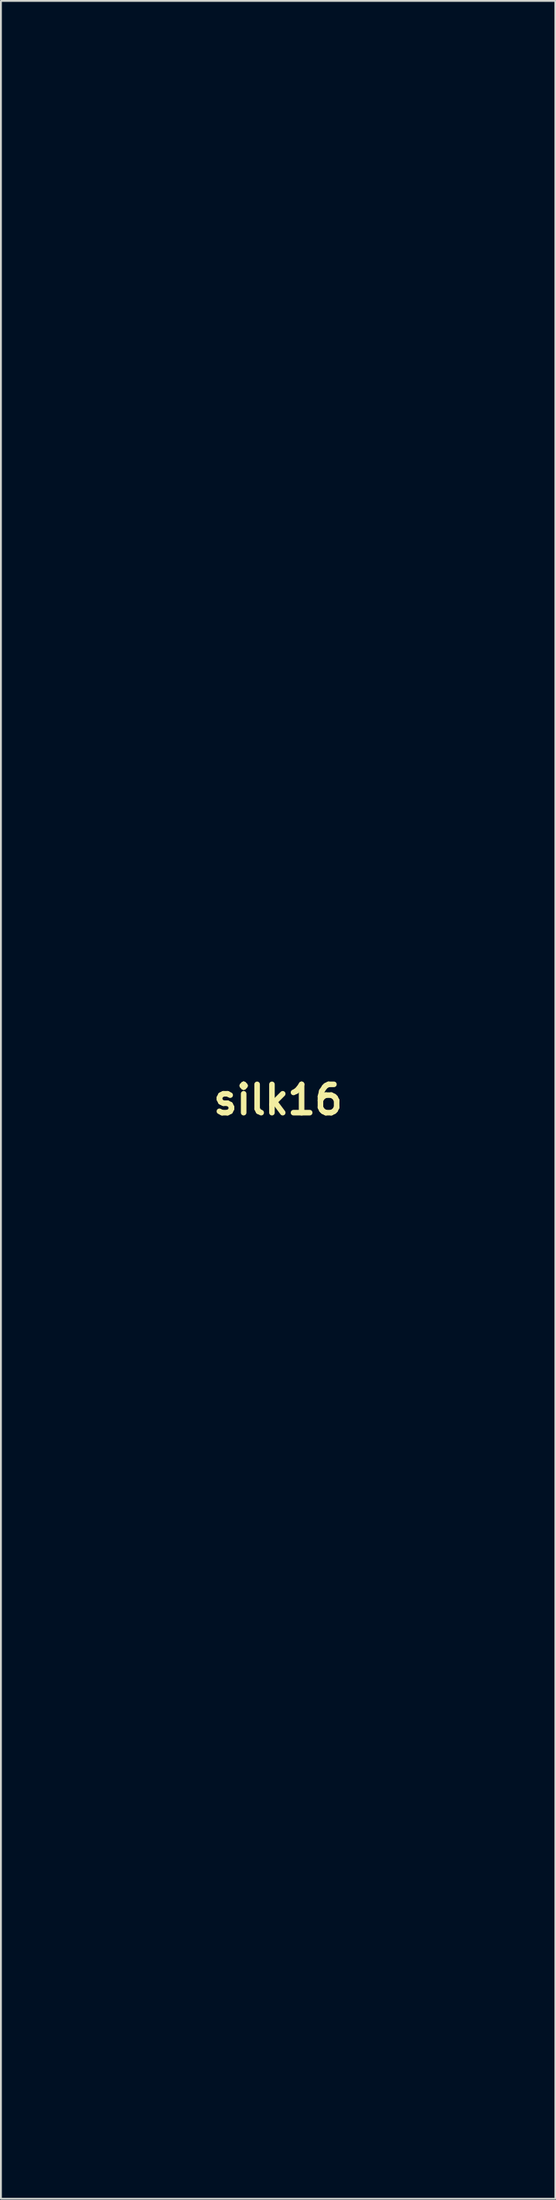
<source format=kicad_pcb>
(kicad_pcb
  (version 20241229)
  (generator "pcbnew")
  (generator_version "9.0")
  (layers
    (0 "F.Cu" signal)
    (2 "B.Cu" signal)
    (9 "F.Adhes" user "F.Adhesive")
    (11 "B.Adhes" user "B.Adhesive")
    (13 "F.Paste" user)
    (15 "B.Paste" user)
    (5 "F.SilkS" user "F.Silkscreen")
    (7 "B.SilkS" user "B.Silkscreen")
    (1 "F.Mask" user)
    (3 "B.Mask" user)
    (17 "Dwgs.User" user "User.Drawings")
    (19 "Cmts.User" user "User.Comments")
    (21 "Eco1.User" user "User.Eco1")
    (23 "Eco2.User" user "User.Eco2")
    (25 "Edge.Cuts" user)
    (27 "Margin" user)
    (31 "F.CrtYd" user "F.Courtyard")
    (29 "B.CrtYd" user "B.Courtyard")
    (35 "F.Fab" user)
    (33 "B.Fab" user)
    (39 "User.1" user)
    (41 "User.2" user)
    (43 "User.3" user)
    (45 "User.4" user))
  (footprint "silk16"
    (layer "F.Cu")
    (at 11.924 56.148)
    (property "Reference" "silk16" (at 0 0 0) (layer "F.SilkS") (effects (font (size 1.524 1.524) (thickness 0.3))))
    (attr through_hole)
    (fp_poly (pts (xy 10.233 -53.857) (xy 8.418 -53.857) (xy 8.418 -54.102) (xy 10.233 -54.102) (xy 10.233 -53.857)) (stroke (width 0.01) (type solid)) (fill no) (layer "Eco2.User"))
    (fp_poly (pts (xy -0.635 -25.645) (xy -0.454 -25.645) (xy -0.454 -25.845) (xy -0.453 -25.918) (xy -0.452 -25.975) (xy -0.45 -26.019) (xy -0.446 -26.051) (xy -0.439 -26.074) (xy -0.431 -26.089) (xy -0.42 -26.101) (xy -0.409 -26.107) (xy -0.372 -26.117) (xy -0.334 -26.112) (xy -0.301 -26.092) (xy -0.299 -26.09) (xy -0.272 -26.064) (xy -0.272 -25.517) (xy -0.325 -25.463) (xy -1.135 -25.463) (xy -1.162 -25.49) (xy -1.184 -25.523) (xy -1.189 -25.561) (xy -1.178 -25.598) (xy -1.166 -25.615) (xy -1.145 -25.64) (xy -0.983 -25.645) (xy -0.821 -25.649) (xy -0.819 -26.187) (xy -0.816 -26.724) (xy -0.966 -26.724) (xy -1.031 -26.725) (xy -1.08 -26.727) (xy -1.116 -26.731) (xy -1.141 -26.738) (xy -1.159 -26.748) (xy -1.171 -26.761) (xy -1.178 -26.774) (xy -1.187 -26.814) (xy -1.18 -26.852) (xy -1.154 -26.885) (xy -1.149 -26.89) (xy -1.141 -26.894) (xy -1.131 -26.898) (xy -1.115 -26.901) (xy -1.091 -26.903) (xy -1.058 -26.904) (xy -1.013 -26.905) (xy -0.954 -26.906) (xy -0.882 -26.906) (xy -0.635 -26.906) (xy -0.635 -25.645)) (stroke (width 0.01) (type solid)) (fill no) (layer "Eco2.User"))
    (fp_poly (pts (xy 4.292 23.742) (xy 4.301 23.743) (xy 4.309 23.746) (xy 4.317 23.752) (xy 4.326 23.764) (xy 4.338 23.782) (xy 4.353 23.809) (xy 4.373 23.846) (xy 4.398 23.895) (xy 4.43 23.958) (xy 4.448 23.994) (xy 4.574 24.243) (xy 4.574 24.311) (xy 4.575 24.378) (xy 4.449 24.628) (xy 4.323 24.878) (xy 4.29 24.881) (xy 4.26 24.878) (xy 4.244 24.867) (xy 4.236 24.855) (xy 4.221 24.829) (xy 4.201 24.791) (xy 4.176 24.744) (xy 4.149 24.689) (xy 4.119 24.629) (xy 4.116 24.623) (xy 4.078 24.547) (xy 4.048 24.484) (xy 4.025 24.433) (xy 4.009 24.392) (xy 3.999 24.357) (xy 3.994 24.328) (xy 3.993 24.301) (xy 3.997 24.275) (xy 4.003 24.248) (xy 4.005 24.243) (xy 4.013 24.221) (xy 4.027 24.187) (xy 4.047 24.144) (xy 4.071 24.093) (xy 4.097 24.038) (xy 4.125 23.982) (xy 4.153 23.926) (xy 4.179 23.874) (xy 4.203 23.827) (xy 4.224 23.79) (xy 4.239 23.763) (xy 4.248 23.75) (xy 4.248 23.75) (xy 4.267 23.743) (xy 4.292 23.742) (xy 4.292 23.742)) (stroke (width 0.01) (type solid)) (fill no) (layer "Eco2.User"))
    (fp_poly (pts (xy -7.591 -8.815) (xy -7.588 -8.187) (xy -7.407 -8.187) (xy -7.404 -8.397) (xy -7.402 -8.607) (xy -7.378 -8.63) (xy -7.349 -8.648) (xy -7.312 -8.655) (xy -7.276 -8.649) (xy -7.266 -8.645) (xy -7.253 -8.637) (xy -7.244 -8.627) (xy -7.236 -8.613) (xy -7.23 -8.593) (xy -7.226 -8.565) (xy -7.223 -8.528) (xy -7.222 -8.478) (xy -7.221 -8.414) (xy -7.221 -8.334) (xy -7.221 -8.323) (xy -7.221 -8.063) (xy -7.283 -8.001) (xy -8.081 -8.001) (xy -8.109 -8.024) (xy -8.134 -8.056) (xy -8.143 -8.092) (xy -8.136 -8.13) (xy -8.133 -8.136) (xy -8.118 -8.158) (xy -8.102 -8.173) (xy -8.101 -8.173) (xy -8.086 -8.176) (xy -8.056 -8.179) (xy -8.013 -8.181) (xy -7.962 -8.182) (xy -7.929 -8.182) (xy -7.774 -8.182) (xy -7.774 -9.262) (xy -7.92 -9.262) (xy -7.984 -9.263) (xy -8.033 -9.265) (xy -8.069 -9.269) (xy -8.095 -9.277) (xy -8.113 -9.287) (xy -8.125 -9.302) (xy -8.128 -9.307) (xy -8.137 -9.342) (xy -8.132 -9.38) (xy -8.114 -9.415) (xy -8.114 -9.415) (xy -8.09 -9.443) (xy -7.593 -9.443) (xy -7.591 -8.815)) (stroke (width 0.01) (type solid)) (fill no) (layer "Eco2.User"))
    (fp_poly (pts (xy -1.874 -56.129) (xy -1.863 -56.124) (xy -1.853 -56.12) (xy -1.845 -56.116) (xy -1.838 -56.11) (xy -1.832 -56.101) (xy -1.826 -56.088) (xy -1.822 -56.071) (xy -1.818 -56.047) (xy -1.815 -56.016) (xy -1.813 -55.977) (xy -1.811 -55.929) (xy -1.81 -55.87) (xy -1.809 -55.799) (xy -1.808 -55.715) (xy -1.807 -55.618) (xy -1.807 -55.505) (xy -1.806 -55.377) (xy -1.805 -55.268) (xy -1.801 -54.469) (xy -1.344 -54.465) (xy -0.888 -54.46) (xy -0.857 -54.426) (xy -0.837 -54.403) (xy -0.828 -54.381) (xy -0.826 -54.351) (xy -0.826 -54.346) (xy -0.827 -54.317) (xy -0.834 -54.296) (xy -0.849 -54.276) (xy -0.861 -54.264) (xy -0.896 -54.229) (xy -2.051 -54.229) (xy -2.048 -55.143) (xy -2.048 -55.293) (xy -2.047 -55.425) (xy -2.047 -55.541) (xy -2.046 -55.643) (xy -2.046 -55.73) (xy -2.045 -55.805) (xy -2.045 -55.868) (xy -2.044 -55.92) (xy -2.043 -55.963) (xy -2.042 -55.997) (xy -2.04 -56.023) (xy -2.039 -56.043) (xy -2.037 -56.058) (xy -2.035 -56.069) (xy -2.033 -56.076) (xy -2.03 -56.081) (xy -2.03 -56.082) (xy -1.998 -56.116) (xy -1.958 -56.136) (xy -1.915 -56.14) (xy -1.874 -56.129)) (stroke (width 0.01) (type solid)) (fill no) (layer "Eco2.User"))
    (fp_poly (pts (xy -7.275 10.639) (xy -7.245 10.658) (xy -7.228 10.688) (xy -7.226 10.725) (xy -7.237 10.761) (xy -7.245 10.776) (xy -7.261 10.806) (xy -7.285 10.847) (xy -7.315 10.899) (xy -7.351 10.961) (xy -7.391 11.03) (xy -7.435 11.106) (xy -7.483 11.187) (xy -7.532 11.271) (xy -7.583 11.358) (xy -7.635 11.445) (xy -7.686 11.531) (xy -7.735 11.615) (xy -7.783 11.695) (xy -7.828 11.77) (xy -7.869 11.839) (xy -7.906 11.9) (xy -7.937 11.951) (xy -7.962 11.992) (xy -7.979 12.02) (xy -7.989 12.034) (xy -7.99 12.036) (xy -8.017 12.046) (xy -8.051 12.042) (xy -8.081 12.029) (xy -8.11 12.002) (xy -8.123 11.969) (xy -8.12 11.934) (xy -8.115 11.923) (xy -8.101 11.897) (xy -8.079 11.859) (xy -8.051 11.81) (xy -8.017 11.751) (xy -7.978 11.683) (xy -7.935 11.609) (xy -7.889 11.529) (xy -7.84 11.445) (xy -7.79 11.359) (xy -7.739 11.272) (xy -7.688 11.185) (xy -7.638 11.099) (xy -7.589 11.017) (xy -7.544 10.94) (xy -7.502 10.869) (xy -7.464 10.806) (xy -7.432 10.751) (xy -7.405 10.708) (xy -7.386 10.676) (xy -7.374 10.658) (xy -7.373 10.657) (xy -7.358 10.64) (xy -7.339 10.633) (xy -7.317 10.632) (xy -7.275 10.639)) (stroke (width 0.01) (type solid)) (fill no) (layer "Eco2.User"))
    (fp_poly (pts (xy -8.631 -9.442) (xy -8.6 -9.433) (xy -8.573 -9.418) (xy -8.56 -9.402) (xy -8.555 -9.371) (xy -8.557 -9.335) (xy -8.566 -9.303) (xy -8.567 -9.3) (xy -8.578 -9.281) (xy -8.596 -9.248) (xy -8.622 -9.204) (xy -8.653 -9.149) (xy -8.691 -9.086) (xy -8.732 -9.015) (xy -8.778 -8.938) (xy -8.826 -8.856) (xy -8.876 -8.771) (xy -8.928 -8.684) (xy -8.98 -8.597) (xy -9.031 -8.511) (xy -9.081 -8.427) (xy -9.129 -8.347) (xy -9.174 -8.272) (xy -9.215 -8.204) (xy -9.251 -8.144) (xy -9.281 -8.093) (xy -9.305 -8.054) (xy -9.322 -8.027) (xy -9.331 -8.013) (xy -9.332 -8.012) (xy -9.358 -8.003) (xy -9.391 -8.003) (xy -9.423 -8.014) (xy -9.427 -8.017) (xy -9.454 -8.043) (xy -9.468 -8.078) (xy -9.468 -8.109) (xy -9.462 -8.12) (xy -9.449 -8.146) (xy -9.427 -8.184) (xy -9.399 -8.233) (xy -9.366 -8.292) (xy -9.327 -8.36) (xy -9.283 -8.434) (xy -9.237 -8.515) (xy -9.187 -8.599) (xy -9.136 -8.686) (xy -9.084 -8.775) (xy -9.032 -8.863) (xy -8.981 -8.951) (xy -8.931 -9.035) (xy -8.883 -9.115) (xy -8.839 -9.189) (xy -8.799 -9.256) (xy -8.764 -9.315) (xy -8.734 -9.364) (xy -8.711 -9.401) (xy -8.695 -9.426) (xy -8.688 -9.436) (xy -8.687 -9.436) (xy -8.663 -9.443) (xy -8.631 -9.442)) (stroke (width 0.01) (type solid)) (fill no) (layer "Eco2.User"))
    (fp_poly (pts (xy -7.643 -24.886) (xy -7.611 -24.872) (xy -7.595 -24.859) (xy -7.587 -24.85) (xy -7.58 -24.842) (xy -7.575 -24.833) (xy -7.573 -24.821) (xy -7.574 -24.807) (xy -7.578 -24.789) (xy -7.587 -24.766) (xy -7.6 -24.737) (xy -7.618 -24.701) (xy -7.641 -24.657) (xy -7.671 -24.603) (xy -7.707 -24.54) (xy -7.75 -24.465) (xy -7.801 -24.379) (xy -7.859 -24.279) (xy -7.927 -24.165) (xy -7.955 -24.116) (xy -8.013 -24.018) (xy -8.069 -23.923) (xy -8.122 -23.834) (xy -8.172 -23.751) (xy -8.217 -23.677) (xy -8.257 -23.611) (xy -8.29 -23.556) (xy -8.318 -23.512) (xy -8.337 -23.481) (xy -8.349 -23.464) (xy -8.351 -23.461) (xy -8.374 -23.445) (xy -8.396 -23.442) (xy -8.425 -23.451) (xy -8.436 -23.456) (xy -8.47 -23.481) (xy -8.487 -23.513) (xy -8.488 -23.55) (xy -8.482 -23.563) (xy -8.468 -23.59) (xy -8.447 -23.629) (xy -8.418 -23.68) (xy -8.384 -23.74) (xy -8.344 -23.809) (xy -8.301 -23.884) (xy -8.254 -23.965) (xy -8.204 -24.051) (xy -8.152 -24.138) (xy -8.1 -24.227) (xy -8.047 -24.316) (xy -7.996 -24.404) (xy -7.946 -24.488) (xy -7.898 -24.568) (xy -7.853 -24.641) (xy -7.813 -24.708) (xy -7.778 -24.766) (xy -7.748 -24.814) (xy -7.725 -24.85) (xy -7.71 -24.873) (xy -7.703 -24.882) (xy -7.676 -24.89) (xy -7.643 -24.886)) (stroke (width 0.01) (type solid)) (fill no) (layer "Eco2.User"))
    (fp_poly (pts (xy 2.246 -33.561) (xy 2.265 -33.539) (xy 2.274 -33.519) (xy 2.277 -33.493) (xy 2.277 -33.483) (xy 2.275 -33.452) (xy 2.268 -33.431) (xy 2.252 -33.411) (xy 2.246 -33.405) (xy 2.215 -33.374) (xy 1.388 -33.374) (xy 1.388 -32.83) (xy 1.57 -32.83) (xy 1.636 -32.829) (xy 1.686 -32.828) (xy 1.723 -32.827) (xy 1.75 -32.824) (xy 1.768 -32.82) (xy 1.778 -32.816) (xy 1.808 -32.791) (xy 1.826 -32.756) (xy 1.832 -32.716) (xy 1.823 -32.675) (xy 1.819 -32.666) (xy 1.809 -32.649) (xy 1.799 -32.636) (xy 1.785 -32.626) (xy 1.766 -32.62) (xy 1.738 -32.615) (xy 1.7 -32.613) (xy 1.648 -32.612) (xy 1.582 -32.612) (xy 1.388 -32.612) (xy 1.388 -32.068) (xy 1.786 -32.068) (xy 1.884 -32.067) (xy 1.971 -32.067) (xy 2.046 -32.066) (xy 2.109 -32.064) (xy 2.158 -32.063) (xy 2.191 -32.061) (xy 2.208 -32.059) (xy 2.209 -32.059) (xy 2.246 -32.036) (xy 2.269 -32.002) (xy 2.277 -31.958) (xy 2.277 -31.954) (xy 2.27 -31.909) (xy 2.248 -31.874) (xy 2.212 -31.851) (xy 2.209 -31.85) (xy 2.194 -31.848) (xy 2.163 -31.846) (xy 2.115 -31.844) (xy 2.052 -31.843) (xy 1.974 -31.842) (xy 1.884 -31.841) (xy 1.78 -31.841) (xy 1.673 -31.841) (xy 1.161 -31.841) (xy 1.161 -33.592) (xy 2.215 -33.592) (xy 2.246 -33.561)) (stroke (width 0.01) (type solid)) (fill no) (layer "Eco2.User"))
    (fp_poly (pts (xy -10.702 -14.902) (xy -10.669 -14.89) (xy -10.642 -14.871) (xy -10.627 -14.847) (xy -10.626 -14.845) (xy -10.624 -14.818) (xy -10.626 -14.797) (xy -10.631 -14.785) (xy -10.644 -14.76) (xy -10.666 -14.722) (xy -10.694 -14.673) (xy -10.728 -14.613) (xy -10.766 -14.546) (xy -10.81 -14.471) (xy -10.856 -14.391) (xy -10.906 -14.307) (xy -10.957 -14.219) (xy -11.009 -14.131) (xy -11.061 -14.042) (xy -11.112 -13.955) (xy -11.162 -13.871) (xy -11.209 -13.791) (xy -11.254 -13.717) (xy -11.294 -13.649) (xy -11.329 -13.591) (xy -11.359 -13.542) (xy -11.382 -13.505) (xy -11.397 -13.48) (xy -11.405 -13.47) (xy -11.405 -13.469) (xy -11.432 -13.462) (xy -11.465 -13.464) (xy -11.497 -13.476) (xy -11.511 -13.485) (xy -11.531 -13.506) (xy -11.538 -13.53) (xy -11.539 -13.545) (xy -11.535 -13.577) (xy -11.525 -13.607) (xy -11.524 -13.61) (xy -11.513 -13.629) (xy -11.495 -13.661) (xy -11.469 -13.706) (xy -11.438 -13.76) (xy -11.4 -13.823) (xy -11.359 -13.894) (xy -11.313 -13.971) (xy -11.265 -14.053) (xy -11.215 -14.138) (xy -11.163 -14.225) (xy -11.111 -14.312) (xy -11.06 -14.398) (xy -11.01 -14.482) (xy -10.962 -14.562) (xy -10.918 -14.636) (xy -10.877 -14.704) (xy -10.841 -14.763) (xy -10.811 -14.813) (xy -10.787 -14.853) (xy -10.77 -14.879) (xy -10.762 -14.892) (xy -10.761 -14.893) (xy -10.734 -14.903) (xy -10.702 -14.902)) (stroke (width 0.01) (type solid)) (fill no) (layer "Eco2.User"))
    (fp_poly (pts (xy -9.991 -20.219) (xy -9.962 -20.194) (xy -9.952 -20.178) (xy -9.949 -20.164) (xy -9.947 -20.135) (xy -9.945 -20.09) (xy -9.944 -20.028) (xy -9.943 -19.95) (xy -9.942 -19.854) (xy -9.942 -19.799) (xy -9.942 -19.44) (xy -9.579 -19.44) (xy -9.579 -19.716) (xy -9.579 -19.787) (xy -9.578 -19.853) (xy -9.577 -19.911) (xy -9.576 -19.958) (xy -9.574 -19.993) (xy -9.571 -20.012) (xy -9.571 -20.015) (xy -9.552 -20.043) (xy -9.523 -20.061) (xy -9.489 -20.068) (xy -9.456 -20.064) (xy -9.426 -20.048) (xy -9.408 -20.024) (xy -9.405 -20.006) (xy -9.402 -19.971) (xy -9.4 -19.918) (xy -9.399 -19.847) (xy -9.398 -19.759) (xy -9.398 -19.726) (xy -9.398 -19.449) (xy -9.367 -19.437) (xy -9.334 -19.414) (xy -9.313 -19.383) (xy -9.306 -19.348) (xy -9.315 -19.312) (xy -9.334 -19.285) (xy -9.355 -19.268) (xy -9.375 -19.259) (xy -9.379 -19.259) (xy -9.385 -19.258) (xy -9.39 -19.255) (xy -9.393 -19.247) (xy -9.395 -19.233) (xy -9.397 -19.209) (xy -9.398 -19.175) (xy -9.398 -19.126) (xy -9.398 -19.063) (xy -9.398 -19.049) (xy -9.398 -18.84) (xy -9.425 -18.813) (xy -9.458 -18.792) (xy -9.495 -18.786) (xy -9.532 -18.797) (xy -9.549 -18.809) (xy -9.575 -18.831) (xy -9.58 -19.259) (xy -10.133 -19.259) (xy -10.131 -19.717) (xy -10.128 -20.176) (xy -10.099 -20.203) (xy -10.063 -20.224) (xy -10.026 -20.229) (xy -9.991 -20.219)) (stroke (width 0.01) (type solid)) (fill no) (layer "Eco2.User"))
    (fp_poly (pts (xy -10.639 -20.225) (xy -10.604 -20.208) (xy -10.586 -20.195) (xy -10.577 -20.181) (xy -10.574 -20.161) (xy -10.573 -20.138) (xy -10.574 -20.129) (xy -10.575 -20.119) (xy -10.577 -20.109) (xy -10.582 -20.095) (xy -10.589 -20.079) (xy -10.599 -20.058) (xy -10.613 -20.031) (xy -10.631 -19.998) (xy -10.654 -19.956) (xy -10.683 -19.906) (xy -10.718 -19.846) (xy -10.759 -19.776) (xy -10.808 -19.692) (xy -10.865 -19.596) (xy -10.93 -19.486) (xy -10.949 -19.454) (xy -11.007 -19.355) (xy -11.063 -19.261) (xy -11.115 -19.172) (xy -11.164 -19.09) (xy -11.209 -19.016) (xy -11.248 -18.951) (xy -11.281 -18.896) (xy -11.307 -18.853) (xy -11.326 -18.823) (xy -11.336 -18.806) (xy -11.338 -18.804) (xy -11.367 -18.786) (xy -11.402 -18.784) (xy -11.418 -18.788) (xy -11.448 -18.804) (xy -11.471 -18.829) (xy -11.484 -18.857) (xy -11.484 -18.866) (xy -11.481 -18.889) (xy -11.472 -18.916) (xy -11.472 -18.917) (xy -11.465 -18.932) (xy -11.449 -18.96) (xy -11.425 -19.001) (xy -11.396 -19.053) (xy -11.36 -19.114) (xy -11.32 -19.183) (xy -11.275 -19.259) (xy -11.228 -19.34) (xy -11.178 -19.425) (xy -11.126 -19.512) (xy -11.074 -19.6) (xy -11.022 -19.687) (xy -10.971 -19.772) (xy -10.923 -19.854) (xy -10.877 -19.931) (xy -10.834 -20.001) (xy -10.796 -20.064) (xy -10.763 -20.118) (xy -10.737 -20.161) (xy -10.717 -20.192) (xy -10.706 -20.21) (xy -10.703 -20.213) (xy -10.673 -20.227) (xy -10.639 -20.225)) (stroke (width 0.01) (type solid)) (fill no) (layer "Eco2.User"))
    (fp_poly (pts (xy -8.854 11.865) (xy -8.681 11.865) (xy -8.681 11.676) (xy -8.681 11.611) (xy -8.68 11.554) (xy -8.677 11.508) (xy -8.675 11.475) (xy -8.672 11.459) (xy -8.652 11.428) (xy -8.623 11.409) (xy -8.589 11.402) (xy -8.554 11.41) (xy -8.526 11.429) (xy -8.5 11.456) (xy -8.5 11.72) (xy -8.5 11.801) (xy -8.501 11.866) (xy -8.502 11.917) (xy -8.504 11.956) (xy -8.508 11.984) (xy -8.514 12.004) (xy -8.522 12.018) (xy -8.532 12.027) (xy -8.545 12.033) (xy -8.556 12.037) (xy -8.572 12.039) (xy -8.604 12.041) (xy -8.648 12.043) (xy -8.704 12.044) (xy -8.768 12.045) (xy -8.838 12.046) (xy -8.911 12.046) (xy -8.986 12.046) (xy -9.06 12.046) (xy -9.13 12.045) (xy -9.194 12.044) (xy -9.25 12.043) (xy -9.295 12.041) (xy -9.327 12.039) (xy -9.343 12.037) (xy -9.344 12.037) (xy -9.375 12.016) (xy -9.393 11.982) (xy -9.398 11.95) (xy -9.395 11.922) (xy -9.384 11.902) (xy -9.37 11.889) (xy -9.359 11.88) (xy -9.349 11.874) (xy -9.335 11.87) (xy -9.316 11.867) (xy -9.287 11.866) (xy -9.247 11.866) (xy -9.192 11.865) (xy -9.035 11.865) (xy -9.04 10.809) (xy -9.196 10.804) (xy -9.253 10.802) (xy -9.295 10.8) (xy -9.324 10.798) (xy -9.344 10.795) (xy -9.357 10.791) (xy -9.367 10.785) (xy -9.373 10.779) (xy -9.39 10.75) (xy -9.395 10.715) (xy -9.387 10.68) (xy -9.368 10.654) (xy -9.343 10.632) (xy -8.854 10.632) (xy -8.854 11.865)) (stroke (width 0.01) (type solid)) (fill no) (layer "Eco2.User"))
    (fp_poly (pts (xy -6.557 -9.443) (xy -6.53 -9.441) (xy -6.513 -9.437) (xy -6.5 -9.43) (xy -6.487 -9.418) (xy -6.485 -9.417) (xy -6.465 -9.385) (xy -6.459 -9.35) (xy -6.467 -9.316) (xy -6.488 -9.287) (xy -6.519 -9.268) (xy -6.526 -9.266) (xy -6.55 -9.26) (xy -6.55 -8.664) (xy -5.868 -8.659) (xy -5.841 -8.629) (xy -5.815 -8.599) (xy -5.815 -8.33) (xy -5.815 -8.249) (xy -5.816 -8.185) (xy -5.817 -8.135) (xy -5.819 -8.097) (xy -5.822 -8.069) (xy -5.827 -8.049) (xy -5.834 -8.035) (xy -5.843 -8.025) (xy -5.855 -8.017) (xy -5.866 -8.011) (xy -5.88 -8.008) (xy -5.907 -8.006) (xy -5.951 -8.004) (xy -6.01 -8.003) (xy -6.085 -8.002) (xy -6.178 -8.001) (xy -6.275 -8.001) (xy -6.371 -8.002) (xy -6.452 -8.002) (xy -6.517 -8.003) (xy -6.569 -8.003) (xy -6.609 -8.005) (xy -6.64 -8.006) (xy -6.662 -8.008) (xy -6.676 -8.011) (xy -6.686 -8.014) (xy -6.688 -8.015) (xy -6.709 -8.03) (xy -6.722 -8.046) (xy -6.724 -8.059) (xy -6.725 -8.09) (xy -6.727 -8.139) (xy -6.728 -8.205) (xy -6.729 -8.289) (xy -6.73 -8.39) (xy -6.731 -8.473) (xy -6.55 -8.473) (xy -6.55 -8.182) (xy -6.275 -8.185) (xy -6.001 -8.187) (xy -5.996 -8.473) (xy -6.55 -8.473) (xy -6.731 -8.473) (xy -6.731 -8.507) (xy -6.731 -8.642) (xy -6.731 -8.728) (xy -6.731 -9.392) (xy -6.707 -9.418) (xy -6.694 -9.43) (xy -6.682 -9.437) (xy -6.665 -9.441) (xy -6.638 -9.443) (xy -6.599 -9.443) (xy -6.597 -9.443) (xy -6.557 -9.443)) (stroke (width 0.01) (type solid)) (fill no) (layer "Eco2.User"))
    (fp_poly (pts (xy 8.145 -14.071) (xy 8.175 -14.048) (xy 8.193 -14.013) (xy 8.195 -14.005) (xy 8.196 -13.99) (xy 8.197 -13.959) (xy 8.198 -13.914) (xy 8.199 -13.857) (xy 8.2 -13.791) (xy 8.2 -13.718) (xy 8.201 -13.64) (xy 8.201 -13.633) (xy 8.201 -13.289) (xy 8.38 -13.292) (xy 8.559 -13.294) (xy 8.563 -13.58) (xy 8.565 -13.651) (xy 8.566 -13.716) (xy 8.568 -13.774) (xy 8.571 -13.822) (xy 8.573 -13.857) (xy 8.575 -13.878) (xy 8.576 -13.882) (xy 8.593 -13.901) (xy 8.62 -13.916) (xy 8.65 -13.924) (xy 8.658 -13.925) (xy 8.679 -13.919) (xy 8.704 -13.904) (xy 8.711 -13.898) (xy 8.74 -13.872) (xy 8.745 -13.583) (xy 8.749 -13.294) (xy 8.769 -13.291) (xy 8.788 -13.283) (xy 8.809 -13.265) (xy 8.813 -13.261) (xy 8.832 -13.226) (xy 8.835 -13.19) (xy 8.822 -13.156) (xy 8.795 -13.129) (xy 8.78 -13.12) (xy 8.745 -13.105) (xy 8.745 -12.907) (xy 8.745 -12.835) (xy 8.744 -12.779) (xy 8.741 -12.737) (xy 8.737 -12.706) (xy 8.732 -12.684) (xy 8.723 -12.669) (xy 8.712 -12.658) (xy 8.698 -12.649) (xy 8.658 -12.637) (xy 8.621 -12.642) (xy 8.59 -12.663) (xy 8.563 -12.69) (xy 8.563 -13.108) (xy 8.01 -13.108) (xy 8.01 -13.558) (xy 8.01 -13.662) (xy 8.01 -13.749) (xy 8.011 -13.822) (xy 8.011 -13.881) (xy 8.012 -13.927) (xy 8.014 -13.964) (xy 8.015 -13.991) (xy 8.018 -14.01) (xy 8.02 -14.024) (xy 8.023 -14.032) (xy 8.024 -14.034) (xy 8.044 -14.061) (xy 8.071 -14.075) (xy 8.108 -14.079) (xy 8.145 -14.071)) (stroke (width 0.01) (type solid)) (fill no) (layer "Eco2.User"))
    (fp_poly (pts (xy -7.398 23.531) (xy -7.141 24.114) (xy -7.098 24.211) (xy -7.058 24.304) (xy -7.019 24.39) (xy -6.984 24.469) (xy -6.953 24.539) (xy -6.926 24.599) (xy -6.905 24.648) (xy -6.889 24.684) (xy -6.879 24.705) (xy -6.876 24.711) (xy -6.874 24.705) (xy -6.872 24.681) (xy -6.871 24.641) (xy -6.87 24.583) (xy -6.869 24.51) (xy -6.868 24.42) (xy -6.867 24.316) (xy -6.867 24.197) (xy -6.867 24.157) (xy -6.867 24.041) (xy -6.867 23.942) (xy -6.866 23.858) (xy -6.866 23.788) (xy -6.865 23.731) (xy -6.865 23.686) (xy -6.864 23.65) (xy -6.862 23.623) (xy -6.86 23.603) (xy -6.858 23.589) (xy -6.856 23.58) (xy -6.853 23.574) (xy -6.851 23.571) (xy -6.819 23.544) (xy -6.781 23.531) (xy -6.743 23.535) (xy -6.708 23.555) (xy -6.705 23.558) (xy -6.677 23.584) (xy -6.677 25.082) (xy -6.806 25.082) (xy -6.935 25.082) (xy -7.192 24.495) (xy -7.235 24.398) (xy -7.276 24.305) (xy -7.314 24.219) (xy -7.349 24.14) (xy -7.38 24.07) (xy -7.407 24.01) (xy -7.429 23.961) (xy -7.445 23.926) (xy -7.455 23.905) (xy -7.458 23.899) (xy -7.459 23.906) (xy -7.461 23.93) (xy -7.462 23.97) (xy -7.463 24.025) (xy -7.464 24.093) (xy -7.465 24.174) (xy -7.465 24.265) (xy -7.466 24.367) (xy -7.466 24.455) (xy -7.466 25.019) (xy -7.491 25.046) (xy -7.522 25.069) (xy -7.558 25.08) (xy -7.594 25.076) (xy -7.598 25.074) (xy -7.617 25.061) (xy -7.637 25.042) (xy -7.637 25.041) (xy -7.656 25.017) (xy -7.656 23.531) (xy -7.398 23.531)) (stroke (width 0.01) (type solid)) (fill no) (layer "Eco2.User"))
    (fp_poly (pts (xy 0.653 -33.428) (xy 0.653 -33.362) (xy 0.651 -33.311) (xy 0.648 -33.274) (xy 0.642 -33.247) (xy 0.634 -33.227) (xy 0.622 -33.212) (xy 0.606 -33.2) (xy 0.604 -33.198) (xy 0.58 -33.189) (xy 0.55 -33.184) (xy 0.541 -33.183) (xy 0.498 -33.191) (xy 0.464 -33.214) (xy 0.44 -33.25) (xy 0.428 -33.299) (xy 0.426 -33.328) (xy 0.426 -33.374) (xy 0.209 -33.374) (xy 0.209 -32.657) (xy 0.209 -32.522) (xy 0.209 -32.404) (xy 0.208 -32.301) (xy 0.208 -32.214) (xy 0.207 -32.139) (xy 0.206 -32.077) (xy 0.205 -32.026) (xy 0.203 -31.984) (xy 0.201 -31.952) (xy 0.198 -31.926) (xy 0.194 -31.907) (xy 0.189 -31.894) (xy 0.184 -31.883) (xy 0.178 -31.876) (xy 0.17 -31.87) (xy 0.162 -31.865) (xy 0.16 -31.864) (xy 0.123 -31.848) (xy 0.081 -31.845) (xy 0.05 -31.853) (xy 0.024 -31.869) (xy 0.005 -31.886) (xy 0.001 -31.89) (xy -0.002 -31.895) (xy -0.004 -31.903) (xy -0.006 -31.914) (xy -0.008 -31.929) (xy -0.01 -31.951) (xy -0.011 -31.98) (xy -0.012 -32.017) (xy -0.013 -32.063) (xy -0.014 -32.121) (xy -0.015 -32.19) (xy -0.016 -32.272) (xy -0.016 -32.369) (xy -0.017 -32.481) (xy -0.018 -32.609) (xy -0.018 -32.638) (xy -0.023 -33.369) (xy -0.24 -33.369) (xy -0.245 -33.31) (xy -0.249 -33.276) (xy -0.256 -33.247) (xy -0.261 -33.231) (xy -0.286 -33.205) (xy -0.32 -33.189) (xy -0.36 -33.185) (xy -0.4 -33.193) (xy -0.409 -33.197) (xy -0.426 -33.208) (xy -0.44 -33.221) (xy -0.449 -33.24) (xy -0.456 -33.266) (xy -0.46 -33.302) (xy -0.462 -33.35) (xy -0.463 -33.414) (xy -0.463 -33.428) (xy -0.463 -33.592) (xy 0.653 -33.592) (xy 0.653 -33.428)) (stroke (width 0.01) (type solid)) (fill no) (layer "Eco2.User"))
    (fp_poly (pts (xy -4.006 10.634) (xy -3.63 10.636) (xy -3.595 10.664) (xy -3.569 10.69) (xy -3.545 10.722) (xy -3.54 10.732) (xy -3.534 10.744) (xy -3.529 10.757) (xy -3.526 10.771) (xy -3.523 10.791) (xy -3.522 10.817) (xy -3.521 10.853) (xy -3.52 10.901) (xy -3.52 10.962) (xy -3.52 11.026) (xy -3.52 11.101) (xy -3.52 11.16) (xy -3.521 11.206) (xy -3.522 11.24) (xy -3.524 11.265) (xy -3.526 11.284) (xy -3.53 11.298) (xy -3.535 11.31) (xy -3.54 11.321) (xy -3.561 11.352) (xy -3.587 11.382) (xy -3.595 11.389) (xy -3.63 11.416) (xy -3.938 11.419) (xy -4.245 11.422) (xy -4.245 11.865) (xy -3.914 11.865) (xy -3.819 11.866) (xy -3.738 11.866) (xy -3.671 11.868) (xy -3.619 11.869) (xy -3.584 11.872) (xy -3.566 11.874) (xy -3.565 11.875) (xy -3.545 11.893) (xy -3.528 11.922) (xy -3.52 11.953) (xy -3.52 11.96) (xy -3.526 11.981) (xy -3.54 12.006) (xy -3.546 12.013) (xy -3.573 12.042) (xy -4.427 12.048) (xy -4.427 11.727) (xy -4.427 11.638) (xy -4.426 11.559) (xy -4.424 11.492) (xy -4.423 11.438) (xy -4.42 11.399) (xy -4.418 11.376) (xy -4.417 11.373) (xy -4.4 11.335) (xy -4.371 11.297) (xy -4.336 11.267) (xy -4.323 11.259) (xy -4.314 11.255) (xy -4.301 11.252) (xy -4.282 11.249) (xy -4.256 11.247) (xy -4.221 11.245) (xy -4.175 11.244) (xy -4.115 11.243) (xy -4.04 11.242) (xy -3.998 11.241) (xy -3.701 11.238) (xy -3.703 11.023) (xy -3.706 10.809) (xy -4.049 10.804) (xy -4.392 10.8) (xy -4.41 10.778) (xy -4.424 10.747) (xy -4.427 10.711) (xy -4.419 10.675) (xy -4.404 10.654) (xy -4.382 10.631) (xy -4.006 10.634)) (stroke (width 0.01) (type solid)) (fill no) (layer "Eco2.User"))
    (fp_poly (pts (xy -8.361 23.531) (xy -8.29 23.532) (xy -8.233 23.533) (xy -8.188 23.534) (xy -8.154 23.536) (xy -8.128 23.54) (xy -8.109 23.544) (xy -8.095 23.55) (xy -8.086 23.558) (xy -8.079 23.567) (xy -8.073 23.578) (xy -8.069 23.586) (xy -8.058 23.614) (xy -8.058 23.64) (xy -8.069 23.67) (xy -8.07 23.672) (xy -8.081 23.692) (xy -8.095 23.706) (xy -8.115 23.717) (xy -8.144 23.724) (xy -8.182 23.728) (xy -8.235 23.73) (xy -8.299 23.731) (xy -8.455 23.731) (xy -8.455 24.883) (xy -8.294 24.883) (xy -8.229 24.883) (xy -8.179 24.885) (xy -8.143 24.888) (xy -8.117 24.894) (xy -8.098 24.903) (xy -8.085 24.915) (xy -8.074 24.933) (xy -8.07 24.941) (xy -8.059 24.966) (xy -8.058 24.985) (xy -8.064 25.009) (xy -8.065 25.013) (xy -8.085 25.046) (xy -8.11 25.066) (xy -8.118 25.07) (xy -8.128 25.073) (xy -8.142 25.076) (xy -8.16 25.078) (xy -8.186 25.079) (xy -8.219 25.081) (xy -8.263 25.081) (xy -8.318 25.082) (xy -8.387 25.082) (xy -8.471 25.082) (xy -8.554 25.082) (xy -8.64 25.082) (xy -8.72 25.081) (xy -8.793 25.08) (xy -8.857 25.079) (xy -8.911 25.078) (xy -8.951 25.076) (xy -8.977 25.075) (xy -8.986 25.074) (xy -9.014 25.054) (xy -9.034 25.023) (xy -9.044 24.987) (xy -9.042 24.951) (xy -9.028 24.923) (xy -9.016 24.909) (xy -9.002 24.899) (xy -8.983 24.892) (xy -8.958 24.887) (xy -8.922 24.885) (xy -8.874 24.883) (xy -8.811 24.883) (xy -8.645 24.883) (xy -8.645 23.732) (xy -8.991 23.726) (xy -9.018 23.697) (xy -9.039 23.661) (xy -9.045 23.623) (xy -9.036 23.586) (xy -9.014 23.556) (xy -8.993 23.541) (xy -8.98 23.539) (xy -8.953 23.536) (xy -8.91 23.535) (xy -8.852 23.533) (xy -8.778 23.532) (xy -8.687 23.532) (xy -8.579 23.531) (xy -8.548 23.531) (xy -8.446 23.531) (xy -8.361 23.531)) (stroke (width 0.01) (type solid)) (fill no) (layer "Eco2.User"))
    (fp_poly (pts (xy 5.623 -24.89) (xy 5.697 -24.89) (xy 5.754 -24.888) (xy 5.793 -24.886) (xy 5.815 -24.883) (xy 5.815 -24.883) (xy 5.857 -24.863) (xy 5.897 -24.831) (xy 5.927 -24.792) (xy 5.934 -24.779) (xy 5.939 -24.766) (xy 5.943 -24.752) (xy 5.946 -24.733) (xy 5.948 -24.707) (xy 5.949 -24.672) (xy 5.95 -24.626) (xy 5.95 -24.566) (xy 5.951 -24.491) (xy 5.951 -24.486) (xy 5.951 -24.404) (xy 5.95 -24.339) (xy 5.948 -24.287) (xy 5.946 -24.247) (xy 5.942 -24.216) (xy 5.936 -24.192) (xy 5.927 -24.173) (xy 5.917 -24.157) (xy 5.903 -24.141) (xy 5.898 -24.136) (xy 5.883 -24.12) (xy 5.869 -24.108) (xy 5.852 -24.098) (xy 5.832 -24.09) (xy 5.807 -24.085) (xy 5.774 -24.081) (xy 5.731 -24.078) (xy 5.677 -24.077) (xy 5.608 -24.076) (xy 5.525 -24.076) (xy 5.504 -24.076) (xy 5.207 -24.076) (xy 5.207 -23.632) (xy 5.552 -23.629) (xy 5.898 -23.627) (xy 5.925 -23.596) (xy 5.943 -23.574) (xy 5.949 -23.554) (xy 5.948 -23.528) (xy 5.948 -23.528) (xy 5.935 -23.489) (xy 5.919 -23.47) (xy 5.895 -23.45) (xy 5.026 -23.45) (xy 5.026 -23.774) (xy 5.026 -23.872) (xy 5.027 -23.956) (xy 5.028 -24.025) (xy 5.03 -24.079) (xy 5.033 -24.116) (xy 5.036 -24.135) (xy 5.055 -24.175) (xy 5.088 -24.212) (xy 5.129 -24.241) (xy 5.17 -24.256) (xy 5.194 -24.259) (xy 5.233 -24.262) (xy 5.287 -24.264) (xy 5.353 -24.265) (xy 5.43 -24.266) (xy 5.489 -24.266) (xy 5.76 -24.266) (xy 5.76 -24.711) (xy 5.42 -24.711) (xy 5.315 -24.711) (xy 5.228 -24.712) (xy 5.159 -24.713) (xy 5.108 -24.715) (xy 5.075 -24.717) (xy 5.06 -24.72) (xy 5.042 -24.739) (xy 5.027 -24.768) (xy 5.02 -24.8) (xy 5.021 -24.819) (xy 5.032 -24.843) (xy 5.049 -24.866) (xy 5.049 -24.866) (xy 5.072 -24.887) (xy 5.426 -24.89) (xy 5.533 -24.891) (xy 5.623 -24.89)) (stroke (width 0.01) (type solid)) (fill no) (layer "Eco2.User"))
    (fp_poly (pts (xy -6.562 -24.89) (xy -6.49 -24.89) (xy -6.434 -24.888) (xy -6.395 -24.886) (xy -6.37 -24.883) (xy -6.366 -24.882) (xy -6.328 -24.865) (xy -6.291 -24.835) (xy -6.26 -24.798) (xy -6.242 -24.761) (xy -6.242 -24.76) (xy -6.239 -24.74) (xy -6.237 -24.704) (xy -6.235 -24.656) (xy -6.233 -24.6) (xy -6.232 -24.538) (xy -6.232 -24.473) (xy -6.232 -24.409) (xy -6.233 -24.349) (xy -6.235 -24.295) (xy -6.237 -24.251) (xy -6.24 -24.221) (xy -6.242 -24.209) (xy -6.261 -24.168) (xy -6.292 -24.13) (xy -6.331 -24.1) (xy -6.345 -24.092) (xy -6.357 -24.088) (xy -6.37 -24.084) (xy -6.388 -24.081) (xy -6.412 -24.079) (xy -6.444 -24.078) (xy -6.487 -24.077) (xy -6.541 -24.076) (xy -6.611 -24.076) (xy -6.679 -24.076) (xy -6.976 -24.076) (xy -6.976 -23.632) (xy -6.632 -23.629) (xy -6.288 -23.627) (xy -6.265 -23.605) (xy -6.244 -23.575) (xy -6.236 -23.54) (xy -6.241 -23.504) (xy -6.257 -23.475) (xy -6.277 -23.459) (xy -6.291 -23.457) (xy -6.322 -23.454) (xy -6.371 -23.453) (xy -6.436 -23.451) (xy -6.518 -23.45) (xy -6.615 -23.45) (xy -6.726 -23.45) (xy -7.157 -23.45) (xy -7.157 -23.781) (xy -7.157 -23.873) (xy -7.157 -23.948) (xy -7.156 -24.009) (xy -7.154 -24.058) (xy -7.152 -24.096) (xy -7.148 -24.125) (xy -7.142 -24.148) (xy -7.135 -24.166) (xy -7.126 -24.181) (xy -7.115 -24.194) (xy -7.105 -24.206) (xy -7.091 -24.22) (xy -7.078 -24.232) (xy -7.064 -24.241) (xy -7.046 -24.248) (xy -7.024 -24.254) (xy -6.995 -24.258) (xy -6.956 -24.26) (xy -6.907 -24.262) (xy -6.844 -24.263) (xy -6.766 -24.264) (xy -6.724 -24.264) (xy -6.423 -24.267) (xy -6.423 -24.711) (xy -6.763 -24.711) (xy -6.86 -24.711) (xy -6.943 -24.712) (xy -7.011 -24.713) (xy -7.063 -24.714) (xy -7.1 -24.717) (xy -7.119 -24.719) (xy -7.122 -24.72) (xy -7.147 -24.743) (xy -7.16 -24.774) (xy -7.162 -24.81) (xy -7.15 -24.844) (xy -7.134 -24.866) (xy -7.111 -24.887) (xy -6.757 -24.89) (xy -6.651 -24.891) (xy -6.562 -24.89)) (stroke (width 0.01) (type solid)) (fill no) (layer "Eco2.User"))
    (fp_poly (pts (xy 7.148 -55.926) (xy 7.297 -55.708) (xy 7.327 -55.751) (xy 7.342 -55.771) (xy 7.364 -55.803) (xy 7.393 -55.844) (xy 7.427 -55.892) (xy 7.463 -55.943) (xy 7.481 -55.968) (xy 7.605 -56.143) (xy 7.91 -56.143) (xy 7.91 -54.299) (xy 7.875 -54.264) (xy 7.852 -54.243) (xy 7.833 -54.233) (xy 7.809 -54.229) (xy 7.796 -54.229) (xy 7.75 -54.236) (xy 7.711 -54.254) (xy 7.683 -54.283) (xy 7.682 -54.285) (xy 7.68 -54.292) (xy 7.678 -54.307) (xy 7.676 -54.329) (xy 7.674 -54.36) (xy 7.673 -54.401) (xy 7.671 -54.453) (xy 7.67 -54.517) (xy 7.669 -54.594) (xy 7.668 -54.685) (xy 7.667 -54.791) (xy 7.666 -54.913) (xy 7.665 -55.049) (xy 7.661 -55.793) (xy 7.541 -55.623) (xy 7.42 -55.453) (xy 7.42 -55.398) (xy 7.42 -55.366) (xy 7.415 -55.345) (xy 7.404 -55.327) (xy 7.385 -55.307) (xy 7.363 -55.287) (xy 7.344 -55.276) (xy 7.321 -55.273) (xy 7.299 -55.272) (xy 7.268 -55.273) (xy 7.247 -55.279) (xy 7.229 -55.292) (xy 7.218 -55.303) (xy 7.194 -55.336) (xy 7.18 -55.377) (xy 7.176 -55.429) (xy 7.171 -55.445) (xy 7.158 -55.47) (xy 7.136 -55.507) (xy 7.104 -55.556) (xy 7.061 -55.619) (xy 7.055 -55.627) (xy 6.935 -55.799) (xy 6.931 -55.053) (xy 6.93 -54.911) (xy 6.929 -54.786) (xy 6.928 -54.678) (xy 6.927 -54.585) (xy 6.925 -54.507) (xy 6.924 -54.442) (xy 6.923 -54.39) (xy 6.921 -54.349) (xy 6.92 -54.32) (xy 6.918 -54.3) (xy 6.916 -54.289) (xy 6.915 -54.286) (xy 6.887 -54.255) (xy 6.85 -54.235) (xy 6.808 -54.228) (xy 6.766 -54.234) (xy 6.737 -54.249) (xy 6.729 -54.255) (xy 6.721 -54.26) (xy 6.715 -54.267) (xy 6.709 -54.275) (xy 6.704 -54.286) (xy 6.7 -54.3) (xy 6.697 -54.32) (xy 6.694 -54.346) (xy 6.692 -54.379) (xy 6.69 -54.42) (xy 6.688 -54.47) (xy 6.687 -54.53) (xy 6.687 -54.602) (xy 6.686 -54.686) (xy 6.686 -54.783) (xy 6.686 -54.895) (xy 6.686 -55.023) (xy 6.686 -55.167) (xy 6.686 -55.236) (xy 6.686 -56.143) (xy 7 -56.143) (xy 7.148 -55.926)) (stroke (width 0.01) (type solid)) (fill no) (layer "Eco2.User"))
    (fp_poly (pts (xy -10.532 10.638) (xy -10.504 10.656) (xy -10.49 10.675) (xy -10.488 10.688) (xy -10.485 10.717) (xy -10.483 10.758) (xy -10.481 10.81) (xy -10.479 10.87) (xy -10.478 10.929) (xy -10.473 11.167) (xy -10.397 11.116) (xy -10.343 11.081) (xy -10.3 11.055) (xy -10.262 11.037) (xy -10.227 11.026) (xy -10.189 11.02) (xy -10.144 11.018) (xy -10.106 11.017) (xy -10.056 11.018) (xy -10.019 11.019) (xy -9.992 11.023) (xy -9.97 11.029) (xy -9.948 11.037) (xy -9.946 11.038) (xy -9.893 11.071) (xy -9.846 11.116) (xy -9.81 11.169) (xy -9.805 11.181) (xy -9.8 11.194) (xy -9.795 11.21) (xy -9.791 11.229) (xy -9.787 11.254) (xy -9.784 11.285) (xy -9.781 11.325) (xy -9.778 11.374) (xy -9.776 11.435) (xy -9.773 11.508) (xy -9.77 11.596) (xy -9.767 11.7) (xy -9.765 11.761) (xy -9.763 11.831) (xy -9.762 11.885) (xy -9.762 11.926) (xy -9.762 11.955) (xy -9.763 11.976) (xy -9.766 11.99) (xy -9.77 12) (xy -9.775 12.008) (xy -9.778 12.013) (xy -9.807 12.035) (xy -9.841 12.044) (xy -9.877 12.039) (xy -9.908 12.021) (xy -9.921 12.005) (xy -9.926 11.996) (xy -9.929 11.984) (xy -9.933 11.967) (xy -9.935 11.941) (xy -9.938 11.907) (xy -9.941 11.862) (xy -9.943 11.803) (xy -9.946 11.73) (xy -9.948 11.667) (xy -9.951 11.591) (xy -9.953 11.518) (xy -9.955 11.452) (xy -9.957 11.395) (xy -9.959 11.349) (xy -9.959 11.317) (xy -9.96 11.304) (xy -9.962 11.273) (xy -9.969 11.252) (xy -9.984 11.232) (xy -9.992 11.224) (xy -10.024 11.192) (xy -10.108 11.196) (xy -10.192 11.199) (xy -10.333 11.29) (xy -10.473 11.381) (xy -10.482 11.992) (xy -10.505 12.015) (xy -10.537 12.036) (xy -10.574 12.043) (xy -10.61 12.036) (xy -10.616 12.033) (xy -10.637 12.018) (xy -10.65 12.002) (xy -10.652 11.989) (xy -10.653 11.958) (xy -10.655 11.909) (xy -10.656 11.843) (xy -10.657 11.759) (xy -10.658 11.659) (xy -10.659 11.541) (xy -10.659 11.406) (xy -10.659 11.335) (xy -10.659 10.685) (xy -10.632 10.658) (xy -10.602 10.639) (xy -10.567 10.632) (xy -10.532 10.638)) (stroke (width 0.01) (type solid)) (fill no) (layer "Eco2.User"))
    (fp_poly (pts (xy -9.598 -14.881) (xy -9.57 -14.857) (xy -9.57 -14.28) (xy -9.534 -14.274) (xy -9.495 -14.26) (xy -9.455 -14.235) (xy -9.42 -14.202) (xy -9.403 -14.179) (xy -9.398 -14.169) (xy -9.393 -14.157) (xy -9.39 -14.143) (xy -9.388 -14.123) (xy -9.386 -14.096) (xy -9.385 -14.059) (xy -9.385 -14.01) (xy -9.384 -13.947) (xy -9.384 -13.879) (xy -9.385 -13.81) (xy -9.385 -13.746) (xy -9.386 -13.689) (xy -9.388 -13.643) (xy -9.389 -13.608) (xy -9.391 -13.589) (xy -9.391 -13.587) (xy -9.407 -13.556) (xy -9.434 -13.523) (xy -9.467 -13.495) (xy -9.493 -13.479) (xy -9.504 -13.474) (xy -9.517 -13.471) (xy -9.535 -13.468) (xy -9.558 -13.466) (xy -9.589 -13.464) (xy -9.629 -13.463) (xy -9.682 -13.463) (xy -9.749 -13.462) (xy -9.831 -13.462) (xy -9.848 -13.462) (xy -9.932 -13.462) (xy -10 -13.462) (xy -10.055 -13.463) (xy -10.096 -13.463) (xy -10.128 -13.465) (xy -10.152 -13.466) (xy -10.169 -13.469) (xy -10.182 -13.472) (xy -10.193 -13.477) (xy -10.204 -13.482) (xy -10.206 -13.483) (xy -10.236 -13.504) (xy -10.265 -13.532) (xy -10.273 -13.543) (xy -10.301 -13.581) (xy -10.301 -13.643) (xy -10.124 -13.643) (xy -9.57 -13.643) (xy -9.57 -14.097) (xy -10.119 -14.092) (xy -10.122 -13.868) (xy -10.124 -13.643) (xy -10.301 -13.643) (xy -10.303 -13.858) (xy -10.304 -13.937) (xy -10.304 -13.999) (xy -10.304 -14.048) (xy -10.304 -14.085) (xy -10.302 -14.112) (xy -10.3 -14.133) (xy -10.297 -14.148) (xy -10.293 -14.161) (xy -10.288 -14.173) (xy -10.286 -14.176) (xy -10.258 -14.215) (xy -10.219 -14.247) (xy -10.173 -14.269) (xy -10.155 -14.273) (xy -10.124 -14.279) (xy -10.124 -14.556) (xy -10.124 -14.64) (xy -10.123 -14.708) (xy -10.123 -14.723) (xy -9.942 -14.723) (xy -9.942 -14.278) (xy -9.752 -14.278) (xy -9.752 -14.723) (xy -9.942 -14.723) (xy -10.123 -14.723) (xy -10.122 -14.762) (xy -10.119 -14.804) (xy -10.116 -14.835) (xy -10.111 -14.857) (xy -10.104 -14.873) (xy -10.096 -14.884) (xy -10.085 -14.892) (xy -10.079 -14.895) (xy -10.064 -14.898) (xy -10.033 -14.901) (xy -9.987 -14.903) (xy -9.929 -14.904) (xy -9.859 -14.904) (xy -9.844 -14.904) (xy -9.626 -14.904) (xy -9.598 -14.881)) (stroke (width 0.01) (type solid)) (fill no) (layer "Eco2.User"))
    (fp_poly (pts (xy -6.109 10.654) (xy -6.092 10.678) (xy -6.087 10.71) (xy -6.087 10.714) (xy -6.088 10.742) (xy -6.094 10.765) (xy -6.106 10.783) (xy -6.125 10.795) (xy -6.155 10.804) (xy -6.196 10.809) (xy -6.251 10.812) (xy -6.322 10.813) (xy -6.35 10.813) (xy -6.408 10.814) (xy -6.46 10.815) (xy -6.503 10.817) (xy -6.533 10.819) (xy -6.549 10.822) (xy -6.549 10.822) (xy -6.558 10.832) (xy -6.574 10.856) (xy -6.595 10.892) (xy -6.622 10.937) (xy -6.651 10.989) (xy -6.682 11.047) (xy -6.799 11.262) (xy -6.799 11.335) (xy -6.799 11.407) (xy -6.686 11.624) (xy -6.649 11.694) (xy -6.618 11.749) (xy -6.595 11.791) (xy -6.576 11.821) (xy -6.561 11.84) (xy -6.55 11.851) (xy -6.548 11.853) (xy -6.534 11.857) (xy -6.512 11.861) (xy -6.48 11.863) (xy -6.435 11.865) (xy -6.375 11.865) (xy -6.341 11.865) (xy -6.274 11.866) (xy -6.222 11.867) (xy -6.184 11.869) (xy -6.156 11.873) (xy -6.136 11.879) (xy -6.121 11.887) (xy -6.109 11.898) (xy -6.103 11.905) (xy -6.089 11.935) (xy -6.089 11.97) (xy -6.101 12.003) (xy -6.125 12.029) (xy -6.134 12.034) (xy -6.152 12.038) (xy -6.185 12.042) (xy -6.229 12.045) (xy -6.281 12.046) (xy -6.338 12.047) (xy -6.396 12.047) (xy -6.452 12.046) (xy -6.503 12.043) (xy -6.544 12.04) (xy -6.574 12.036) (xy -6.581 12.034) (xy -6.635 12.011) (xy -6.684 11.977) (xy -6.718 11.943) (xy -6.729 11.927) (xy -6.747 11.897) (xy -6.77 11.855) (xy -6.797 11.805) (xy -6.828 11.748) (xy -6.859 11.687) (xy -6.862 11.681) (xy -6.98 11.45) (xy -6.983 11.363) (xy -6.984 11.317) (xy -6.982 11.274) (xy -6.978 11.241) (xy -6.977 11.235) (xy -6.969 11.212) (xy -6.953 11.176) (xy -6.931 11.131) (xy -6.904 11.078) (xy -6.875 11.02) (xy -6.843 10.96) (xy -6.811 10.901) (xy -6.78 10.846) (xy -6.751 10.796) (xy -6.727 10.755) (xy -6.708 10.725) (xy -6.696 10.711) (xy -6.668 10.686) (xy -6.633 10.662) (xy -6.618 10.654) (xy -6.604 10.647) (xy -6.59 10.642) (xy -6.574 10.638) (xy -6.554 10.635) (xy -6.528 10.633) (xy -6.491 10.632) (xy -6.443 10.632) (xy -6.38 10.632) (xy -6.352 10.632) (xy -6.131 10.632) (xy -6.109 10.654)) (stroke (width 0.01) (type solid)) (fill no) (layer "Eco2.User"))
    (fp_poly (pts (xy 5.157 -9.253) (xy 5.215 -9.251) (xy 5.259 -9.249) (xy 5.292 -9.245) (xy 5.315 -9.24) (xy 5.331 -9.232) (xy 5.342 -9.221) (xy 5.349 -9.21) (xy 5.351 -9.197) (xy 5.353 -9.169) (xy 5.355 -9.127) (xy 5.357 -9.073) (xy 5.359 -9.011) (xy 5.361 -8.943) (xy 5.361 -8.908) (xy 5.366 -8.623) (xy 5.399 -8.617) (xy 5.444 -8.602) (xy 5.486 -8.572) (xy 5.516 -8.538) (xy 5.538 -8.506) (xy 5.538 -7.922) (xy 5.513 -7.89) (xy 5.49 -7.864) (xy 5.464 -7.84) (xy 5.459 -7.836) (xy 5.451 -7.831) (xy 5.443 -7.826) (xy 5.432 -7.823) (xy 5.418 -7.82) (xy 5.397 -7.818) (xy 5.369 -7.816) (xy 5.331 -7.815) (xy 5.281 -7.814) (xy 5.219 -7.814) (xy 5.14 -7.813) (xy 5.094 -7.813) (xy 5.001 -7.813) (xy 4.926 -7.813) (xy 4.865 -7.813) (xy 4.818 -7.814) (xy 4.782 -7.815) (xy 4.756 -7.817) (xy 4.739 -7.82) (xy 4.731 -7.823) (xy 4.709 -7.837) (xy 4.683 -7.859) (xy 4.67 -7.872) (xy 4.655 -7.89) (xy 4.643 -7.909) (xy 4.634 -7.932) (xy 4.627 -7.961) (xy 4.623 -7.996) (xy 4.62 -8.042) (xy 4.618 -8.1) (xy 4.618 -8.171) (xy 4.619 -8.248) (xy 4.621 -8.436) (xy 4.808 -8.436) (xy 4.808 -7.992) (xy 5.361 -7.992) (xy 5.361 -8.436) (xy 4.808 -8.436) (xy 4.621 -8.436) (xy 4.622 -8.486) (xy 4.647 -8.529) (xy 4.681 -8.572) (xy 4.725 -8.603) (xy 4.771 -8.617) (xy 4.803 -8.623) (xy 4.808 -8.917) (xy 4.809 -8.989) (xy 4.811 -9.054) (xy 4.811 -9.071) (xy 4.989 -9.071) (xy 4.989 -8.851) (xy 4.99 -8.789) (xy 4.99 -8.734) (xy 4.991 -8.687) (xy 4.993 -8.651) (xy 4.994 -8.629) (xy 4.996 -8.624) (xy 5.007 -8.621) (xy 5.032 -8.62) (xy 5.067 -8.619) (xy 5.089 -8.62) (xy 5.175 -8.622) (xy 5.178 -8.847) (xy 5.18 -9.071) (xy 4.989 -9.071) (xy 4.811 -9.071) (xy 4.812 -9.111) (xy 4.813 -9.157) (xy 4.814 -9.191) (xy 4.815 -9.211) (xy 4.815 -9.214) (xy 4.823 -9.22) (xy 4.841 -9.232) (xy 4.846 -9.235) (xy 4.857 -9.241) (xy 4.87 -9.245) (xy 4.886 -9.248) (xy 4.91 -9.25) (xy 4.942 -9.252) (xy 4.987 -9.253) (xy 5.045 -9.253) (xy 5.083 -9.253) (xy 5.157 -9.253)) (stroke (width 0.01) (type solid)) (fill no) (layer "Eco2.User"))
    (fp_poly (pts (xy 8.413 -19.522) (xy 8.488 -19.522) (xy 8.548 -19.521) (xy 8.596 -19.521) (xy 8.632 -19.52) (xy 8.66 -19.518) (xy 8.68 -19.516) (xy 8.696 -19.514) (xy 8.707 -19.51) (xy 8.718 -19.506) (xy 8.728 -19.501) (xy 8.758 -19.48) (xy 8.786 -19.452) (xy 8.795 -19.441) (xy 8.822 -19.402) (xy 8.825 -19.19) (xy 8.826 -19.107) (xy 8.825 -19.04) (xy 8.823 -18.987) (xy 8.819 -18.944) (xy 8.813 -18.911) (xy 8.804 -18.883) (xy 8.792 -18.86) (xy 8.781 -18.843) (xy 8.755 -18.806) (xy 8.786 -18.755) (xy 8.803 -18.721) (xy 8.817 -18.687) (xy 8.822 -18.666) (xy 8.824 -18.646) (xy 8.825 -18.611) (xy 8.825 -18.565) (xy 8.826 -18.509) (xy 8.825 -18.448) (xy 8.825 -18.413) (xy 8.822 -18.199) (xy 8.795 -18.16) (xy 8.77 -18.132) (xy 8.739 -18.107) (xy 8.728 -18.1) (xy 8.717 -18.095) (xy 8.707 -18.091) (xy 8.695 -18.087) (xy 8.68 -18.085) (xy 8.659 -18.083) (xy 8.631 -18.081) (xy 8.594 -18.08) (xy 8.546 -18.08) (xy 8.485 -18.08) (xy 8.41 -18.08) (xy 8.328 -18.08) (xy 8.225 -18.08) (xy 8.137 -18.081) (xy 8.065 -18.083) (xy 8.01 -18.084) (xy 7.972 -18.087) (xy 7.952 -18.089) (xy 7.949 -18.09) (xy 7.932 -18.105) (xy 7.916 -18.128) (xy 7.914 -18.132) (xy 7.905 -18.158) (xy 7.905 -18.181) (xy 7.91 -18.199) (xy 7.914 -18.214) (xy 7.92 -18.226) (xy 7.929 -18.236) (xy 7.941 -18.244) (xy 7.96 -18.25) (xy 7.987 -18.255) (xy 8.022 -18.258) (xy 8.069 -18.259) (xy 8.129 -18.26) (xy 8.204 -18.261) (xy 8.294 -18.261) (xy 8.636 -18.261) (xy 8.636 -18.658) (xy 8.604 -18.686) (xy 8.572 -18.714) (xy 8.145 -18.714) (xy 8.118 -18.741) (xy 8.099 -18.765) (xy 8.092 -18.793) (xy 8.092 -18.805) (xy 8.096 -18.836) (xy 8.11 -18.86) (xy 8.118 -18.869) (xy 8.145 -18.896) (xy 8.361 -18.896) (xy 8.44 -18.896) (xy 8.503 -18.897) (xy 8.552 -18.9) (xy 8.588 -18.909) (xy 8.613 -18.923) (xy 8.63 -18.945) (xy 8.639 -18.977) (xy 8.644 -19.021) (xy 8.645 -19.077) (xy 8.645 -19.148) (xy 8.645 -19.158) (xy 8.645 -19.34) (xy 7.954 -19.34) (xy 7.928 -19.367) (xy 7.91 -19.389) (xy 7.902 -19.414) (xy 7.901 -19.434) (xy 7.903 -19.463) (xy 7.913 -19.482) (xy 7.929 -19.498) (xy 7.957 -19.522) (xy 8.322 -19.522) (xy 8.413 -19.522)) (stroke (width 0.01) (type solid)) (fill no) (layer "Eco2.User"))
    (fp_poly (pts (xy -5.61 10.638) (xy -5.58 10.655) (xy -5.552 10.679) (xy -5.552 10.923) (xy -5.552 10.987) (xy -5.551 11.045) (xy -5.55 11.095) (xy -5.549 11.133) (xy -5.548 11.158) (xy -5.547 11.167) (xy -5.547 11.167) (xy -5.538 11.162) (xy -5.517 11.15) (xy -5.488 11.131) (xy -5.463 11.116) (xy -5.409 11.081) (xy -5.366 11.056) (xy -5.33 11.038) (xy -5.296 11.027) (xy -5.26 11.021) (xy -5.22 11.018) (xy -5.171 11.017) (xy -5.12 11.018) (xy -5.084 11.019) (xy -5.057 11.023) (xy -5.035 11.029) (xy -5.015 11.037) (xy -4.957 11.073) (xy -4.907 11.122) (xy -4.875 11.173) (xy -4.85 11.223) (xy -4.837 11.595) (xy -4.835 11.676) (xy -4.833 11.752) (xy -4.831 11.821) (xy -4.83 11.881) (xy -4.829 11.93) (xy -4.829 11.966) (xy -4.83 11.986) (xy -4.83 11.989) (xy -4.843 12.011) (xy -4.868 12.03) (xy -4.898 12.044) (xy -4.919 12.047) (xy -4.944 12.04) (xy -4.971 12.023) (xy -4.973 12.021) (xy -5.003 11.994) (xy -5.01 11.791) (xy -5.012 11.718) (xy -5.015 11.637) (xy -5.018 11.555) (xy -5.021 11.479) (xy -5.024 11.418) (xy -5.031 11.247) (xy -5.06 11.22) (xy -5.075 11.208) (xy -5.09 11.2) (xy -5.109 11.196) (xy -5.137 11.194) (xy -5.17 11.194) (xy -5.25 11.194) (xy -5.353 11.26) (xy -5.397 11.288) (xy -5.439 11.316) (xy -5.476 11.34) (xy -5.503 11.357) (xy -5.504 11.358) (xy -5.551 11.389) (xy -5.552 11.69) (xy -5.552 11.772) (xy -5.552 11.838) (xy -5.552 11.889) (xy -5.553 11.928) (xy -5.554 11.957) (xy -5.556 11.978) (xy -5.559 11.992) (xy -5.562 12.001) (xy -5.567 12.009) (xy -5.572 12.015) (xy -5.6 12.035) (xy -5.635 12.044) (xy -5.67 12.04) (xy -5.675 12.038) (xy -5.685 12.035) (xy -5.692 12.031) (xy -5.699 12.026) (xy -5.705 12.018) (xy -5.71 12.007) (xy -5.714 11.991) (xy -5.717 11.968) (xy -5.719 11.938) (xy -5.721 11.9) (xy -5.722 11.851) (xy -5.723 11.791) (xy -5.724 11.719) (xy -5.724 11.633) (xy -5.724 11.532) (xy -5.724 11.415) (xy -5.724 11.335) (xy -5.724 11.203) (xy -5.723 11.088) (xy -5.723 10.99) (xy -5.722 10.906) (xy -5.721 10.837) (xy -5.72 10.781) (xy -5.719 10.738) (xy -5.718 10.705) (xy -5.716 10.683) (xy -5.714 10.671) (xy -5.712 10.667) (xy -5.683 10.643) (xy -5.648 10.633) (xy -5.61 10.638)) (stroke (width 0.01) (type solid)) (fill no) (layer "Eco2.User"))
    (fp_poly (pts (xy -11.044 10.654) (xy -11.021 10.687) (xy -11.016 10.723) (xy -11.025 10.756) (xy -11.035 10.773) (xy -11.048 10.787) (xy -11.065 10.797) (xy -11.089 10.804) (xy -11.123 10.809) (xy -11.169 10.812) (xy -11.229 10.813) (xy -11.287 10.813) (xy -11.472 10.813) (xy -11.495 10.838) (xy -11.506 10.853) (xy -11.523 10.881) (xy -11.546 10.921) (xy -11.573 10.969) (xy -11.602 11.023) (xy -11.624 11.063) (xy -11.661 11.134) (xy -11.689 11.192) (xy -11.711 11.238) (xy -11.725 11.276) (xy -11.734 11.307) (xy -11.737 11.333) (xy -11.737 11.358) (xy -11.732 11.383) (xy -11.731 11.387) (xy -11.724 11.407) (xy -11.709 11.44) (xy -11.689 11.483) (xy -11.664 11.533) (xy -11.637 11.587) (xy -11.609 11.642) (xy -11.58 11.695) (xy -11.554 11.744) (xy -11.53 11.786) (xy -11.511 11.818) (xy -11.499 11.836) (xy -11.497 11.838) (xy -11.489 11.846) (xy -11.481 11.851) (xy -11.47 11.855) (xy -11.454 11.858) (xy -11.429 11.861) (xy -11.395 11.862) (xy -11.347 11.864) (xy -11.284 11.865) (xy -11.27 11.865) (xy -11.066 11.87) (xy -11.044 11.895) (xy -11.026 11.928) (xy -11.022 11.965) (xy -11.03 12) (xy -11.031 12.002) (xy -11.04 12.016) (xy -11.053 12.027) (xy -11.07 12.035) (xy -11.096 12.04) (xy -11.131 12.044) (xy -11.179 12.046) (xy -11.241 12.046) (xy -11.287 12.046) (xy -11.364 12.046) (xy -11.424 12.044) (xy -11.469 12.041) (xy -11.499 12.038) (xy -11.513 12.034) (xy -11.553 12.017) (xy -11.594 11.994) (xy -11.628 11.97) (xy -11.645 11.955) (xy -11.655 11.939) (xy -11.673 11.91) (xy -11.695 11.87) (xy -11.721 11.822) (xy -11.75 11.767) (xy -11.78 11.71) (xy -11.81 11.652) (xy -11.837 11.596) (xy -11.862 11.545) (xy -11.883 11.501) (xy -11.898 11.468) (xy -11.906 11.447) (xy -11.916 11.396) (xy -11.919 11.336) (xy -11.916 11.277) (xy -11.907 11.226) (xy -11.906 11.225) (xy -11.897 11.201) (xy -11.88 11.165) (xy -11.858 11.118) (xy -11.831 11.064) (xy -11.801 11.006) (xy -11.769 10.947) (xy -11.737 10.889) (xy -11.707 10.834) (xy -11.68 10.787) (xy -11.657 10.749) (xy -11.64 10.723) (xy -11.635 10.717) (xy -11.607 10.69) (xy -11.573 10.665) (xy -11.555 10.655) (xy -11.54 10.648) (xy -11.526 10.642) (xy -11.511 10.638) (xy -11.492 10.635) (xy -11.466 10.633) (xy -11.431 10.632) (xy -11.384 10.632) (xy -11.323 10.632) (xy -11.287 10.632) (xy -11.066 10.632) (xy -11.044 10.654)) (stroke (width 0.01) (type solid)) (fill no) (layer "Eco2.User"))
    (fp_poly (pts (xy -1.395 -33.592) (xy -1.38 -33.592) (xy -1.338 -33.588) (xy -1.308 -33.576) (xy -1.288 -33.553) (xy -1.275 -33.526) (xy -1.27 -33.509) (xy -1.26 -33.477) (xy -1.246 -33.43) (xy -1.229 -33.372) (xy -1.209 -33.303) (xy -1.186 -33.224) (xy -1.161 -33.138) (xy -1.135 -33.046) (xy -1.107 -32.949) (xy -1.078 -32.848) (xy -1.049 -32.746) (xy -1.02 -32.644) (xy -0.991 -32.544) (xy -0.964 -32.446) (xy -0.937 -32.353) (xy -0.913 -32.265) (xy -0.89 -32.186) (xy -0.87 -32.115) (xy -0.854 -32.054) (xy -0.84 -32.006) (xy -0.831 -31.972) (xy -0.826 -31.952) (xy -0.826 -31.948) (xy -0.832 -31.921) (xy -0.848 -31.89) (xy -0.869 -31.865) (xy -0.9 -31.848) (xy -0.939 -31.844) (xy -0.98 -31.852) (xy -0.983 -31.853) (xy -0.998 -31.861) (xy -1.011 -31.871) (xy -1.023 -31.887) (xy -1.035 -31.91) (xy -1.047 -31.943) (xy -1.062 -31.988) (xy -1.079 -32.047) (xy -1.089 -32.083) (xy -1.129 -32.222) (xy -1.637 -32.222) (xy -1.688 -32.052) (xy -1.706 -31.991) (xy -1.721 -31.945) (xy -1.733 -31.912) (xy -1.743 -31.889) (xy -1.752 -31.875) (xy -1.761 -31.866) (xy -1.79 -31.852) (xy -1.826 -31.844) (xy -1.86 -31.845) (xy -1.874 -31.849) (xy -1.903 -31.87) (xy -1.927 -31.9) (xy -1.94 -31.935) (xy -1.941 -31.948) (xy -1.939 -31.961) (xy -1.931 -31.991) (xy -1.92 -32.035) (xy -1.904 -32.093) (xy -1.884 -32.163) (xy -1.862 -32.244) (xy -1.836 -32.335) (xy -1.807 -32.434) (xy -1.803 -32.449) (xy -1.568 -32.449) (xy -1.382 -32.449) (xy -1.318 -32.449) (xy -1.27 -32.449) (xy -1.236 -32.451) (xy -1.215 -32.453) (xy -1.203 -32.456) (xy -1.199 -32.46) (xy -1.199 -32.461) (xy -1.205 -32.482) (xy -1.214 -32.517) (xy -1.227 -32.562) (xy -1.243 -32.615) (xy -1.26 -32.674) (xy -1.278 -32.736) (xy -1.297 -32.799) (xy -1.316 -32.861) (xy -1.333 -32.918) (xy -1.349 -32.97) (xy -1.362 -33.012) (xy -1.372 -33.044) (xy -1.378 -33.062) (xy -1.38 -33.065) (xy -1.383 -33.057) (xy -1.392 -33.033) (xy -1.404 -32.996) (xy -1.419 -32.949) (xy -1.436 -32.892) (xy -1.455 -32.828) (xy -1.464 -32.8) (xy -1.484 -32.732) (xy -1.503 -32.667) (xy -1.521 -32.608) (xy -1.536 -32.558) (xy -1.547 -32.52) (xy -1.554 -32.496) (xy -1.556 -32.492) (xy -1.568 -32.449) (xy -1.803 -32.449) (xy -1.777 -32.539) (xy -1.744 -32.651) (xy -1.712 -32.761) (xy -1.671 -32.9) (xy -1.635 -33.022) (xy -1.604 -33.129) (xy -1.576 -33.222) (xy -1.552 -33.302) (xy -1.531 -33.369) (xy -1.513 -33.425) (xy -1.498 -33.471) (xy -1.484 -33.508) (xy -1.471 -33.536) (xy -1.46 -33.557) (xy -1.45 -33.573) (xy -1.44 -33.583) (xy -1.43 -33.589) (xy -1.419 -33.591) (xy -1.407 -33.592) (xy -1.395 -33.592)) (stroke (width 0.01) (type solid)) (fill no) (layer "Eco2.User"))
    (fp_poly (pts (xy -2.779 -56.142) (xy -2.741 -56.141) (xy -2.713 -56.14) (xy -2.693 -56.138) (xy -2.678 -56.135) (xy -2.667 -56.131) (xy -2.659 -56.127) (xy -2.625 -56.099) (xy -2.603 -56.061) (xy -2.595 -56.019) (xy -2.602 -55.976) (xy -2.612 -55.955) (xy -2.621 -55.941) (xy -2.631 -55.93) (xy -2.643 -55.921) (xy -2.659 -55.914) (xy -2.682 -55.909) (xy -2.713 -55.905) (xy -2.755 -55.903) (xy -2.809 -55.901) (xy -2.878 -55.899) (xy -2.941 -55.898) (xy -3.211 -55.894) (xy -3.237 -55.866) (xy -3.248 -55.852) (xy -3.266 -55.824) (xy -3.29 -55.783) (xy -3.318 -55.733) (xy -3.35 -55.676) (xy -3.385 -55.612) (xy -3.41 -55.566) (xy -3.457 -55.479) (xy -3.495 -55.407) (xy -3.525 -55.345) (xy -3.548 -55.292) (xy -3.562 -55.245) (xy -3.569 -55.201) (xy -3.567 -55.158) (xy -3.558 -55.113) (xy -3.541 -55.063) (xy -3.517 -55.006) (xy -3.484 -54.94) (xy -3.443 -54.862) (xy -3.414 -54.805) (xy -3.38 -54.739) (xy -3.347 -54.678) (xy -3.318 -54.623) (xy -3.292 -54.577) (xy -3.272 -54.542) (xy -3.259 -54.519) (xy -3.253 -54.511) (xy -3.241 -54.498) (xy -3.227 -54.488) (xy -3.211 -54.48) (xy -3.189 -54.474) (xy -3.16 -54.47) (xy -3.122 -54.467) (xy -3.072 -54.466) (xy -3.008 -54.465) (xy -2.929 -54.465) (xy -2.674 -54.465) (xy -2.639 -54.43) (xy -2.618 -54.407) (xy -2.607 -54.388) (xy -2.604 -54.364) (xy -2.603 -54.347) (xy -2.605 -54.317) (xy -2.611 -54.297) (xy -2.626 -54.277) (xy -2.639 -54.264) (xy -2.674 -54.229) (xy -2.958 -54.229) (xy -3.038 -54.229) (xy -3.102 -54.23) (xy -3.152 -54.23) (xy -3.19 -54.231) (xy -3.219 -54.233) (xy -3.241 -54.235) (xy -3.259 -54.238) (xy -3.274 -54.243) (xy -3.288 -54.248) (xy -3.295 -54.251) (xy -3.353 -54.28) (xy -3.406 -54.316) (xy -3.448 -54.355) (xy -3.457 -54.365) (xy -3.467 -54.38) (xy -3.484 -54.41) (xy -3.507 -54.451) (xy -3.535 -54.503) (xy -3.566 -54.562) (xy -3.601 -54.627) (xy -3.633 -54.688) (xy -3.678 -54.778) (xy -3.717 -54.853) (xy -3.747 -54.917) (xy -3.771 -54.971) (xy -3.79 -55.017) (xy -3.803 -55.056) (xy -3.811 -55.093) (xy -3.816 -55.127) (xy -3.818 -55.161) (xy -3.817 -55.197) (xy -3.816 -55.218) (xy -3.812 -55.262) (xy -3.806 -55.306) (xy -3.798 -55.341) (xy -3.795 -55.351) (xy -3.787 -55.369) (xy -3.771 -55.402) (xy -3.749 -55.446) (xy -3.722 -55.5) (xy -3.691 -55.561) (xy -3.657 -55.628) (xy -3.624 -55.69) (xy -3.578 -55.777) (xy -3.539 -55.849) (xy -3.506 -55.908) (xy -3.477 -55.956) (xy -3.451 -55.995) (xy -3.427 -56.025) (xy -3.404 -56.049) (xy -3.381 -56.069) (xy -3.356 -56.086) (xy -3.328 -56.101) (xy -3.314 -56.108) (xy -3.253 -56.139) (xy -2.971 -56.141) (xy -2.892 -56.142) (xy -2.828 -56.142) (xy -2.779 -56.142)) (stroke (width 0.01) (type solid)) (fill no) (layer "Eco2.User"))
    (fp_poly (pts (xy -3.04 -33.591) (xy -2.957 -33.591) (xy -2.889 -33.591) (xy -2.834 -33.59) (xy -2.79 -33.59) (xy -2.755 -33.588) (xy -2.729 -33.587) (xy -2.709 -33.585) (xy -2.693 -33.582) (xy -2.679 -33.578) (xy -2.667 -33.574) (xy -2.663 -33.573) (xy -2.607 -33.543) (xy -2.554 -33.499) (xy -2.509 -33.446) (xy -2.484 -33.403) (xy -2.454 -33.342) (xy -2.454 -33.051) (xy -2.484 -32.991) (xy -2.52 -32.932) (xy -2.568 -32.881) (xy -2.622 -32.841) (xy -2.663 -32.821) (xy -2.691 -32.812) (xy -2.721 -32.806) (xy -2.759 -32.803) (xy -2.809 -32.802) (xy -2.817 -32.802) (xy -2.858 -32.802) (xy -2.891 -32.801) (xy -2.914 -32.8) (xy -2.921 -32.799) (xy -2.917 -32.791) (xy -2.904 -32.769) (xy -2.884 -32.734) (xy -2.857 -32.688) (xy -2.825 -32.632) (xy -2.788 -32.568) (xy -2.748 -32.498) (xy -2.704 -32.423) (xy -2.702 -32.42) (xy -2.648 -32.327) (xy -2.602 -32.248) (xy -2.564 -32.182) (xy -2.532 -32.127) (xy -2.507 -32.084) (xy -2.488 -32.049) (xy -2.473 -32.022) (xy -2.463 -32.001) (xy -2.456 -31.986) (xy -2.452 -31.975) (xy -2.45 -31.966) (xy -2.449 -31.959) (xy -2.449 -31.952) (xy -2.457 -31.913) (xy -2.479 -31.881) (xy -2.51 -31.859) (xy -2.547 -31.846) (xy -2.585 -31.847) (xy -2.622 -31.861) (xy -2.635 -31.871) (xy -2.644 -31.882) (xy -2.66 -31.908) (xy -2.684 -31.946) (xy -2.715 -31.996) (xy -2.751 -32.056) (xy -2.791 -32.124) (xy -2.835 -32.199) (xy -2.882 -32.279) (xy -2.92 -32.344) (xy -3.182 -32.798) (xy -3.26 -32.8) (xy -3.338 -32.803) (xy -3.338 -32.369) (xy -3.338 -32.269) (xy -3.339 -32.184) (xy -3.339 -32.115) (xy -3.339 -32.059) (xy -3.34 -32.015) (xy -3.342 -31.98) (xy -3.343 -31.955) (xy -3.345 -31.936) (xy -3.348 -31.922) (xy -3.351 -31.912) (xy -3.354 -31.905) (xy -3.38 -31.872) (xy -3.416 -31.851) (xy -3.457 -31.842) (xy -3.497 -31.849) (xy -3.498 -31.85) (xy -3.516 -31.861) (xy -3.536 -31.881) (xy -3.541 -31.886) (xy -3.565 -31.915) (xy -3.565 -33.106) (xy -3.346 -33.106) (xy -3.345 -33.068) (xy -3.345 -33.042) (xy -3.343 -33.032) (xy -3.338 -33.028) (xy -3.325 -33.026) (xy -3.302 -33.023) (xy -3.268 -33.022) (xy -3.221 -33.021) (xy -3.159 -33.02) (xy -3.081 -33.02) (xy -3.052 -33.02) (xy -2.97 -33.02) (xy -2.904 -33.02) (xy -2.853 -33.021) (xy -2.813 -33.022) (xy -2.784 -33.024) (xy -2.762 -33.027) (xy -2.747 -33.03) (xy -2.736 -33.034) (xy -2.734 -33.035) (xy -2.711 -33.049) (xy -2.695 -33.067) (xy -2.684 -33.092) (xy -2.678 -33.128) (xy -2.676 -33.178) (xy -2.676 -33.201) (xy -2.676 -33.301) (xy -2.707 -33.335) (xy -2.738 -33.369) (xy -3.343 -33.369) (xy -3.345 -33.206) (xy -3.346 -33.153) (xy -3.346 -33.106) (xy -3.565 -33.106) (xy -3.565 -33.592) (xy -3.139 -33.592) (xy -3.04 -33.591)) (stroke (width 0.01) (type solid)) (fill no) (layer "Eco2.User"))
    (fp_poly (pts (xy 11.155 -56.143) (xy 11.222 -56.142) (xy 11.275 -56.141) (xy 11.317 -56.139) (xy 11.349 -56.136) (xy 11.374 -56.133) (xy 11.39 -56.129) (xy 11.439 -56.111) (xy 11.492 -56.082) (xy 11.541 -56.046) (xy 11.581 -56.008) (xy 11.592 -55.994) (xy 11.607 -55.97) (xy 11.629 -55.932) (xy 11.655 -55.883) (xy 11.684 -55.825) (xy 11.717 -55.761) (xy 11.75 -55.694) (xy 11.783 -55.625) (xy 11.815 -55.557) (xy 11.845 -55.494) (xy 11.871 -55.436) (xy 11.892 -55.387) (xy 11.908 -55.349) (xy 11.916 -55.325) (xy 11.916 -55.324) (xy 11.927 -55.255) (xy 11.931 -55.179) (xy 11.927 -55.104) (xy 11.917 -55.045) (xy 11.908 -55.019) (xy 11.891 -54.978) (xy 11.867 -54.923) (xy 11.835 -54.856) (xy 11.797 -54.777) (xy 11.753 -54.688) (xy 11.75 -54.683) (xy 11.706 -54.595) (xy 11.668 -54.521) (xy 11.636 -54.461) (xy 11.608 -54.412) (xy 11.583 -54.373) (xy 11.56 -54.342) (xy 11.538 -54.318) (xy 11.516 -54.298) (xy 11.492 -54.282) (xy 11.466 -54.267) (xy 11.451 -54.26) (xy 11.398 -54.234) (xy 11.092 -54.231) (xy 10.787 -54.228) (xy 10.754 -54.258) (xy 10.731 -54.283) (xy 10.719 -54.31) (xy 10.716 -54.33) (xy 10.717 -54.379) (xy 10.734 -54.418) (xy 10.765 -54.447) (xy 10.811 -54.466) (xy 10.872 -54.474) (xy 10.889 -54.474) (xy 10.958 -54.474) (xy 10.958 -55.898) (xy 11.203 -55.898) (xy 11.203 -54.465) (xy 11.246 -54.465) (xy 11.28 -54.467) (xy 11.312 -54.472) (xy 11.32 -54.474) (xy 11.349 -54.486) (xy 11.373 -54.503) (xy 11.384 -54.517) (xy 11.4 -54.545) (xy 11.422 -54.585) (xy 11.449 -54.634) (xy 11.478 -54.69) (xy 11.509 -54.751) (xy 11.54 -54.814) (xy 11.572 -54.877) (xy 11.601 -54.937) (xy 11.628 -54.993) (xy 11.65 -55.042) (xy 11.667 -55.082) (xy 11.678 -55.11) (xy 11.681 -55.117) (xy 11.687 -55.143) (xy 11.691 -55.167) (xy 11.693 -55.191) (xy 11.69 -55.217) (xy 11.683 -55.246) (xy 11.671 -55.281) (xy 11.654 -55.324) (xy 11.63 -55.375) (xy 11.6 -55.438) (xy 11.562 -55.514) (xy 11.536 -55.566) (xy 11.497 -55.643) (xy 11.466 -55.704) (xy 11.441 -55.753) (xy 11.421 -55.791) (xy 11.405 -55.819) (xy 11.392 -55.84) (xy 11.381 -55.854) (xy 11.372 -55.864) (xy 11.362 -55.87) (xy 11.352 -55.876) (xy 11.349 -55.878) (xy 11.301 -55.894) (xy 11.256 -55.898) (xy 11.203 -55.898) (xy 10.958 -55.898) (xy 10.879 -55.898) (xy 10.835 -55.899) (xy 10.804 -55.903) (xy 10.782 -55.91) (xy 10.772 -55.915) (xy 10.744 -55.941) (xy 10.723 -55.977) (xy 10.714 -56.016) (xy 10.713 -56.022) (xy 10.721 -56.056) (xy 10.742 -56.091) (xy 10.771 -56.12) (xy 10.779 -56.125) (xy 10.789 -56.13) (xy 10.8 -56.134) (xy 10.814 -56.137) (xy 10.835 -56.14) (xy 10.863 -56.141) (xy 10.901 -56.142) (xy 10.952 -56.143) (xy 11.017 -56.143) (xy 11.072 -56.143) (xy 11.155 -56.143)) (stroke (width 0.01) (type solid)) (fill no) (layer "Eco2.User"))
    (fp_poly (pts (xy 2.391 -56.142) (xy 2.43 -56.141) (xy 2.458 -56.14) (xy 2.479 -56.137) (xy 2.494 -56.134) (xy 2.505 -56.13) (xy 2.508 -56.129) (xy 2.543 -56.103) (xy 2.566 -56.067) (xy 2.576 -56.026) (xy 2.571 -55.983) (xy 2.559 -55.955) (xy 2.549 -55.941) (xy 2.54 -55.93) (xy 2.528 -55.921) (xy 2.512 -55.914) (xy 2.489 -55.909) (xy 2.458 -55.905) (xy 2.416 -55.903) (xy 2.362 -55.901) (xy 2.293 -55.899) (xy 2.229 -55.898) (xy 1.96 -55.894) (xy 1.933 -55.866) (xy 1.923 -55.852) (xy 1.906 -55.824) (xy 1.883 -55.785) (xy 1.855 -55.736) (xy 1.824 -55.681) (xy 1.792 -55.621) (xy 1.758 -55.56) (xy 1.726 -55.499) (xy 1.695 -55.44) (xy 1.667 -55.387) (xy 1.644 -55.341) (xy 1.627 -55.305) (xy 1.616 -55.282) (xy 1.615 -55.278) (xy 1.609 -55.245) (xy 1.606 -55.199) (xy 1.607 -55.164) (xy 1.611 -55.086) (xy 1.755 -54.81) (xy 1.789 -54.743) (xy 1.822 -54.682) (xy 1.852 -54.626) (xy 1.877 -54.579) (xy 1.898 -54.543) (xy 1.912 -54.52) (xy 1.918 -54.511) (xy 1.93 -54.498) (xy 1.944 -54.488) (xy 1.96 -54.48) (xy 1.982 -54.474) (xy 2.012 -54.47) (xy 2.051 -54.467) (xy 2.101 -54.466) (xy 2.166 -54.465) (xy 2.241 -54.465) (xy 2.32 -54.465) (xy 2.382 -54.464) (xy 2.431 -54.463) (xy 2.468 -54.46) (xy 2.495 -54.455) (xy 2.515 -54.449) (xy 2.529 -54.44) (xy 2.54 -54.429) (xy 2.55 -54.414) (xy 2.552 -54.41) (xy 2.566 -54.371) (xy 2.566 -54.328) (xy 2.553 -54.288) (xy 2.528 -54.255) (xy 2.512 -54.244) (xy 2.503 -54.24) (xy 2.49 -54.236) (xy 2.472 -54.234) (xy 2.446 -54.232) (xy 2.41 -54.23) (xy 2.362 -54.23) (xy 2.301 -54.229) (xy 2.224 -54.229) (xy 2.207 -54.229) (xy 2.129 -54.229) (xy 2.066 -54.23) (xy 2.016 -54.23) (xy 1.979 -54.231) (xy 1.95 -54.233) (xy 1.928 -54.235) (xy 1.911 -54.239) (xy 1.896 -54.243) (xy 1.881 -54.249) (xy 1.876 -54.251) (xy 1.818 -54.28) (xy 1.765 -54.315) (xy 1.723 -54.354) (xy 1.714 -54.365) (xy 1.702 -54.383) (xy 1.684 -54.415) (xy 1.66 -54.458) (xy 1.631 -54.511) (xy 1.6 -54.571) (xy 1.567 -54.635) (xy 1.532 -54.701) (xy 1.499 -54.768) (xy 1.467 -54.831) (xy 1.438 -54.89) (xy 1.413 -54.942) (xy 1.393 -54.984) (xy 1.38 -55.014) (xy 1.375 -55.027) (xy 1.36 -55.099) (xy 1.354 -55.178) (xy 1.357 -55.256) (xy 1.361 -55.281) (xy 1.365 -55.301) (xy 1.37 -55.322) (xy 1.379 -55.347) (xy 1.391 -55.377) (xy 1.407 -55.413) (xy 1.428 -55.457) (xy 1.454 -55.509) (xy 1.486 -55.572) (xy 1.525 -55.646) (xy 1.571 -55.734) (xy 1.624 -55.836) (xy 1.631 -55.848) (xy 1.67 -55.919) (xy 1.705 -55.975) (xy 1.739 -56.019) (xy 1.774 -56.054) (xy 1.811 -56.083) (xy 1.854 -56.107) (xy 1.856 -56.108) (xy 1.918 -56.139) (xy 2.197 -56.141) (xy 2.277 -56.142) (xy 2.341 -56.142) (xy 2.391 -56.142)) (stroke (width 0.01) (type solid)) (fill no) (layer "Eco2.User"))
    (fp_poly (pts (xy 4.27 -56.135) (xy 4.306 -56.112) (xy 4.334 -56.08) (xy 4.35 -56.043) (xy 4.352 -56.03) (xy 4.354 -56.018) (xy 4.352 -56.006) (xy 4.348 -55.993) (xy 4.339 -55.978) (xy 4.325 -55.96) (xy 4.305 -55.938) (xy 4.278 -55.912) (xy 4.243 -55.879) (xy 4.199 -55.84) (xy 4.145 -55.793) (xy 4.081 -55.738) (xy 4.004 -55.672) (xy 3.915 -55.597) (xy 3.892 -55.577) (xy 3.815 -55.511) (xy 3.742 -55.449) (xy 3.674 -55.391) (xy 3.613 -55.339) (xy 3.559 -55.293) (xy 3.514 -55.254) (xy 3.48 -55.224) (xy 3.456 -55.204) (xy 3.445 -55.193) (xy 3.444 -55.193) (xy 3.45 -55.186) (xy 3.468 -55.168) (xy 3.498 -55.14) (xy 3.539 -55.104) (xy 3.588 -55.06) (xy 3.646 -55.009) (xy 3.71 -54.953) (xy 3.78 -54.892) (xy 3.855 -54.827) (xy 3.871 -54.814) (xy 3.947 -54.748) (xy 4.02 -54.685) (xy 4.088 -54.626) (xy 4.149 -54.572) (xy 4.204 -54.524) (xy 4.249 -54.484) (xy 4.285 -54.452) (xy 4.31 -54.429) (xy 4.323 -54.417) (xy 4.323 -54.417) (xy 4.338 -54.393) (xy 4.345 -54.365) (xy 4.345 -54.345) (xy 4.344 -54.316) (xy 4.337 -54.296) (xy 4.321 -54.276) (xy 4.31 -54.264) (xy 4.287 -54.243) (xy 4.268 -54.233) (xy 4.244 -54.229) (xy 4.231 -54.229) (xy 4.19 -54.234) (xy 4.159 -54.246) (xy 4.147 -54.255) (xy 4.123 -54.275) (xy 4.088 -54.304) (xy 4.043 -54.342) (xy 3.99 -54.387) (xy 3.93 -54.438) (xy 3.864 -54.494) (xy 3.794 -54.554) (xy 3.751 -54.591) (xy 3.37 -54.919) (xy 3.365 -54.605) (xy 3.361 -54.291) (xy 3.327 -54.26) (xy 3.303 -54.24) (xy 3.281 -54.231) (xy 3.252 -54.229) (xy 3.25 -54.229) (xy 3.218 -54.232) (xy 3.191 -54.239) (xy 3.183 -54.243) (xy 3.161 -54.26) (xy 3.142 -54.281) (xy 3.139 -54.286) (xy 3.137 -54.292) (xy 3.135 -54.3) (xy 3.133 -54.312) (xy 3.131 -54.328) (xy 3.13 -54.35) (xy 3.129 -54.379) (xy 3.128 -54.416) (xy 3.127 -54.461) (xy 3.126 -54.517) (xy 3.126 -54.584) (xy 3.126 -54.663) (xy 3.125 -54.755) (xy 3.125 -54.862) (xy 3.125 -54.984) (xy 3.125 -55.123) (xy 3.125 -55.182) (xy 3.125 -55.328) (xy 3.125 -55.457) (xy 3.125 -55.57) (xy 3.126 -55.668) (xy 3.126 -55.752) (xy 3.126 -55.824) (xy 3.127 -55.884) (xy 3.128 -55.933) (xy 3.128 -55.974) (xy 3.13 -56.005) (xy 3.131 -56.03) (xy 3.132 -56.048) (xy 3.134 -56.062) (xy 3.136 -56.071) (xy 3.139 -56.078) (xy 3.141 -56.082) (xy 3.173 -56.116) (xy 3.213 -56.136) (xy 3.256 -56.14) (xy 3.297 -56.129) (xy 3.313 -56.121) (xy 3.327 -56.113) (xy 3.337 -56.103) (xy 3.345 -56.089) (xy 3.352 -56.07) (xy 3.356 -56.043) (xy 3.359 -56.006) (xy 3.362 -55.959) (xy 3.363 -55.898) (xy 3.365 -55.822) (xy 3.365 -55.759) (xy 3.37 -55.452) (xy 3.76 -55.785) (xy 3.833 -55.847) (xy 3.902 -55.906) (xy 3.967 -55.96) (xy 4.026 -56.009) (xy 4.077 -56.051) (xy 4.119 -56.086) (xy 4.152 -56.111) (xy 4.172 -56.126) (xy 4.179 -56.131) (xy 4.207 -56.139) (xy 4.232 -56.143) (xy 4.232 -56.143) (xy 4.27 -56.135)) (stroke (width 0.01) (type solid)) (fill no) (layer "Eco2.User"))
    (fp_poly (pts (xy 0.284 -56.127) (xy 0.342 -56.105) (xy 0.362 -56.094) (xy 0.381 -56.08) (xy 0.4 -56.063) (xy 0.418 -56.041) (xy 0.439 -56.011) (xy 0.462 -55.973) (xy 0.489 -55.925) (xy 0.52 -55.865) (xy 0.557 -55.792) (xy 0.598 -55.71) (xy 0.643 -55.618) (xy 0.681 -55.541) (xy 0.712 -55.476) (xy 0.736 -55.421) (xy 0.755 -55.375) (xy 0.769 -55.336) (xy 0.78 -55.302) (xy 0.786 -55.272) (xy 0.79 -55.242) (xy 0.792 -55.212) (xy 0.792 -55.195) (xy 0.793 -55.16) (xy 0.791 -55.128) (xy 0.788 -55.098) (xy 0.782 -55.066) (xy 0.772 -55.033) (xy 0.759 -54.994) (xy 0.74 -54.95) (xy 0.716 -54.896) (xy 0.686 -54.833) (xy 0.649 -54.757) (xy 0.607 -54.672) (xy 0.562 -54.583) (xy 0.524 -54.508) (xy 0.493 -54.447) (xy 0.465 -54.398) (xy 0.442 -54.359) (xy 0.421 -54.329) (xy 0.403 -54.305) (xy 0.384 -54.287) (xy 0.366 -54.273) (xy 0.346 -54.262) (xy 0.328 -54.254) (xy 0.291 -54.242) (xy 0.243 -54.234) (xy 0.191 -54.231) (xy 0.14 -54.231) (xy 0.097 -54.237) (xy 0.078 -54.242) (xy 0.041 -54.259) (xy 0.002 -54.284) (xy -0.036 -54.312) (xy -0.064 -54.338) (xy -0.07 -54.346) (xy -0.079 -54.36) (xy -0.094 -54.388) (xy -0.116 -54.429) (xy -0.142 -54.48) (xy -0.173 -54.539) (xy -0.206 -54.605) (xy -0.242 -54.676) (xy -0.248 -54.689) (xy -0.289 -54.772) (xy -0.323 -54.841) (xy -0.35 -54.897) (xy -0.371 -54.942) (xy -0.387 -54.979) (xy -0.399 -55.008) (xy -0.408 -55.033) (xy -0.413 -55.054) (xy -0.417 -55.073) (xy -0.417 -55.073) (xy -0.424 -55.134) (xy -0.424 -55.158) (xy -0.179 -55.158) (xy -0.178 -55.15) (xy -0.177 -55.133) (xy -0.174 -55.116) (xy -0.169 -55.097) (xy -0.161 -55.075) (xy -0.15 -55.048) (xy -0.135 -55.013) (xy -0.115 -54.97) (xy -0.088 -54.916) (xy -0.055 -54.848) (xy -0.025 -54.788) (xy 0.014 -54.709) (xy 0.046 -54.645) (xy 0.072 -54.594) (xy 0.093 -54.555) (xy 0.109 -54.526) (xy 0.123 -54.505) (xy 0.133 -54.491) (xy 0.142 -54.482) (xy 0.15 -54.478) (xy 0.175 -54.468) (xy 0.192 -54.467) (xy 0.211 -54.475) (xy 0.217 -54.477) (xy 0.226 -54.488) (xy 0.242 -54.511) (xy 0.264 -54.548) (xy 0.292 -54.599) (xy 0.326 -54.664) (xy 0.369 -54.746) (xy 0.385 -54.779) (xy 0.429 -54.865) (xy 0.465 -54.937) (xy 0.493 -54.997) (xy 0.515 -55.047) (xy 0.531 -55.088) (xy 0.542 -55.123) (xy 0.548 -55.152) (xy 0.551 -55.179) (xy 0.55 -55.205) (xy 0.546 -55.231) (xy 0.545 -55.236) (xy 0.539 -55.257) (xy 0.525 -55.291) (xy 0.506 -55.335) (xy 0.482 -55.389) (xy 0.454 -55.448) (xy 0.424 -55.511) (xy 0.392 -55.576) (xy 0.36 -55.64) (xy 0.329 -55.701) (xy 0.301 -55.757) (xy 0.275 -55.805) (xy 0.253 -55.843) (xy 0.237 -55.87) (xy 0.228 -55.881) (xy 0.195 -55.896) (xy 0.161 -55.895) (xy 0.137 -55.883) (xy 0.128 -55.872) (xy 0.113 -55.846) (xy 0.092 -55.808) (xy 0.067 -55.761) (xy 0.038 -55.706) (xy 0.008 -55.646) (xy -0.023 -55.584) (xy -0.054 -55.521) (xy -0.083 -55.459) (xy -0.11 -55.402) (xy -0.134 -55.351) (xy -0.152 -55.308) (xy -0.165 -55.277) (xy -0.169 -55.264) (xy -0.179 -55.214) (xy -0.179 -55.158) (xy -0.424 -55.158) (xy -0.424 -55.2) (xy -0.419 -55.265) (xy -0.409 -55.323) (xy -0.401 -55.354) (xy -0.393 -55.373) (xy -0.377 -55.407) (xy -0.356 -55.452) (xy -0.33 -55.508) (xy -0.3 -55.57) (xy -0.267 -55.638) (xy -0.233 -55.708) (xy -0.191 -55.793) (xy -0.156 -55.863) (xy -0.126 -55.921) (xy -0.1 -55.967) (xy -0.079 -56.003) (xy -0.059 -56.032) (xy -0.041 -56.054) (xy -0.023 -56.071) (xy -0.004 -56.086) (xy 0.017 -56.099) (xy 0.022 -56.102) (xy 0.079 -56.127) (xy 0.145 -56.139) (xy 0.215 -56.139) (xy 0.284 -56.127)) (stroke (width 0.01) (type solid)) (fill no) (layer "Eco2.User"))
    (fp_poly (pts (xy 5.672 11.738) (xy 5.947 11.738) (xy 6.221 11.738) (xy 6.494 11.738) (xy 6.766 11.738) (xy 7.034 11.738) (xy 7.3 11.738) (xy 7.563 11.738) (xy 7.821 11.739) (xy 8.075 11.739) (xy 8.323 11.739) (xy 8.565 11.739) (xy 8.8 11.74) (xy 9.029 11.74) (xy 9.249 11.74) (xy 9.461 11.741) (xy 9.665 11.741) (xy 9.858 11.741) (xy 10.042 11.742) (xy 10.214 11.742) (xy 10.376 11.743) (xy 10.525 11.743) (xy 10.662 11.744) (xy 10.785 11.744) (xy 10.895 11.745) (xy 10.99 11.745) (xy 11.07 11.746) (xy 11.135 11.746) (xy 11.183 11.747) (xy 11.215 11.748) (xy 11.229 11.748) (xy 11.229 11.748) (xy 11.252 11.76) (xy 11.267 11.775) (xy 11.267 11.775) (xy 11.267 11.785) (xy 11.267 11.812) (xy 11.268 11.857) (xy 11.268 11.919) (xy 11.268 11.998) (xy 11.268 12.094) (xy 11.269 12.206) (xy 11.269 12.334) (xy 11.269 12.478) (xy 11.269 12.637) (xy 11.269 12.811) (xy 11.27 13) (xy 11.27 13.204) (xy 11.27 13.422) (xy 11.27 13.654) (xy 11.27 13.9) (xy 11.271 14.159) (xy 11.271 14.431) (xy 11.271 14.716) (xy 11.271 15.013) (xy 11.271 15.322) (xy 11.272 15.643) (xy 11.272 15.976) (xy 11.272 16.32) (xy 11.272 16.675) (xy 11.272 17.041) (xy 11.272 17.417) (xy 11.273 17.803) (xy 11.273 18.198) (xy 11.273 18.604) (xy 11.273 19.018) (xy 11.273 19.441) (xy 11.273 19.873) (xy 11.273 20.313) (xy 11.274 20.761) (xy 11.274 21.216) (xy 11.274 21.679) (xy 11.274 22.149) (xy 11.274 22.626) (xy 11.274 23.109) (xy 11.274 23.598) (xy 11.274 24.093) (xy 11.275 24.594) (xy 11.275 25.1) (xy 11.275 25.611) (xy 11.275 26.126) (xy 11.275 26.646) (xy 11.275 27.17) (xy 11.275 27.698) (xy 11.275 28.229) (xy 11.275 28.763) (xy 11.275 29.3) (xy 11.275 29.84) (xy 11.276 30.382) (xy 11.276 30.926) (xy 11.276 31.471) (xy 11.276 32.018) (xy 11.276 32.566) (xy 11.276 33.115) (xy 11.276 33.664) (xy 11.276 34.213) (xy 11.276 34.762) (xy 11.276 35.311) (xy 11.276 35.859) (xy 11.276 36.406) (xy 11.276 36.951) (xy 11.276 37.495) (xy 11.276 38.037) (xy 11.276 38.577) (xy 11.276 39.114) (xy 11.276 39.648) (xy 11.276 40.179) (xy 11.276 40.707) (xy 11.276 41.231) (xy 11.276 41.751) (xy 11.276 42.266) (xy 11.276 42.777) (xy 11.276 43.283) (xy 11.276 43.784) (xy 11.276 44.279) (xy 11.276 44.768) (xy 11.276 45.251) (xy 11.276 45.728) (xy 11.276 46.198) (xy 11.276 46.661) (xy 11.276 47.116) (xy 11.275 47.564) (xy 11.275 48.004) (xy 11.275 48.436) (xy 11.275 48.859) (xy 11.275 49.273) (xy 11.275 49.678) (xy 11.275 50.074) (xy 11.275 50.46) (xy 11.275 50.836) (xy 11.275 51.202) (xy 11.274 51.557) (xy 11.274 51.901) (xy 11.274 52.233) (xy 11.274 52.555) (xy 11.274 52.864) (xy 11.274 53.161) (xy 11.274 53.446) (xy 11.274 53.718) (xy 11.273 53.977) (xy 11.273 54.223) (xy 11.273 54.455) (xy 11.273 54.673) (xy 11.273 54.876) (xy 11.273 55.066) (xy 11.272 55.24) (xy 11.272 55.399) (xy 11.272 55.543) (xy 11.272 55.671) (xy 11.272 55.783) (xy 11.271 55.879) (xy 11.271 55.958) (xy 11.271 56.02) (xy 11.271 56.065) (xy 11.27 56.092) (xy 11.27 56.102) (xy 11.258 56.116) (xy 11.239 56.13) (xy 11.235 56.131) (xy 11.229 56.132) (xy 11.218 56.132) (xy 11.204 56.133) (xy 11.184 56.134) (xy 11.16 56.135) (xy 11.13 56.135) (xy 11.095 56.136) (xy 11.053 56.137) (xy 11.004 56.137) (xy 10.949 56.138) (xy 10.886 56.138) (xy 10.815 56.139) (xy 10.736 56.139) (xy 10.648 56.14) (xy 10.551 56.14) (xy 10.444 56.14) (xy 10.328 56.141) (xy 10.201 56.141) (xy 10.063 56.141) (xy 9.914 56.141) (xy 9.754 56.142) (xy 9.582 56.142) (xy 9.397 56.142) (xy 9.199 56.142) (xy 8.988 56.142) (xy 8.764 56.142) (xy 8.525 56.142) (xy 8.272 56.142) (xy 8.004 56.143) (xy 7.721 56.143) (xy 7.422 56.143) (xy 7.107 56.143) (xy 6.776 56.143) (xy 6.427 56.143) (xy 6.062 56.143) (xy 5.7 56.142) (xy 5.296 56.142) (xy 4.906 56.142) (xy 4.531 56.142) (xy 4.169 56.142) (xy 3.822 56.142) (xy 3.49 56.142) (xy 3.172 56.142) (xy 2.869 56.141) (xy 2.582 56.141) (xy 2.309 56.141) (xy 2.052 56.14) (xy 1.811 56.14) (xy 1.585 56.14) (xy 1.375 56.139) (xy 1.181 56.139) (xy 1.004 56.139) (xy 0.843 56.138) (xy 0.699 56.138) (xy 0.571 56.137) (xy 0.461 56.137) (xy 0.368 56.136) (xy 0.292 56.135) (xy 0.233 56.135) (xy 0.192 56.134) (xy 0.169 56.134) (xy 0.164 56.133) (xy 0.142 56.12) (xy 0.13 56.109) (xy 0.13 56.099) (xy 0.13 56.072) (xy 0.129 56.027) (xy 0.129 55.965) (xy 0.128 55.885) (xy 0.128 55.79) (xy 0.128 55.677) (xy 0.127 55.549) (xy 0.127 55.405) (xy 0.126 55.246) (xy 0.126 55.071) (xy 0.126 54.882) (xy 0.125 54.678) (xy 0.125 54.46) (xy 0.125 54.228) (xy 0.124 53.982) (xy 0.124 53.723) (xy 0.124 53.451) (xy 0.123 53.166) (xy 0.123 53.041) (xy 3.798 53.041) (xy 3.799 53.088) (xy 3.803 53.124) (xy 3.811 53.156) (xy 3.821 53.186) (xy 3.835 53.216) (xy 3.854 53.257) (xy 3.879 53.307) (xy 3.907 53.363) (xy 3.938 53.423) (xy 3.969 53.483) (xy 4.001 53.542) (xy 4.03 53.596) (xy 4.056 53.643) (xy 4.078 53.681) (xy 4.094 53.706) (xy 4.099 53.714) (xy 4.123 53.736) (xy 4.157 53.759) (xy 4.192 53.779) (xy 4.257 53.812) (xy 4.725 53.812) (xy 4.752 53.788) (xy 4.777 53.757) (xy 4.787 53.72) (xy 4.783 53.683) (xy 4.764 53.649) (xy 4.741 53.629) (xy 4.73 53.624) (xy 4.717 53.619) (xy 4.699 53.616) (xy 4.674 53.614) (xy 4.638 53.613) (xy 4.591 53.612) (xy 4.528 53.612) (xy 4.51 53.612) (xy 4.44 53.612) (xy 4.385 53.611) (xy 4.345 53.609) (xy 4.315 53.607) (xy 4.296 53.604) (xy 4.283 53.599) (xy 4.283 53.599) (xy 4.271 53.59) (xy 4.256 53.572) (xy 4.238 53.543) (xy 4.214 53.502) (xy 4.185 53.447) (xy 4.175 53.429) (xy 4.131 53.344) (xy 4.095 53.274) (xy 4.065 53.216) (xy 4.043 53.169) (xy 4.026 53.131) (xy 4.014 53.1) (xy 4.007 53.074) (xy 4.004 53.051) (xy 4.003 53.031) (xy 4.005 53.01) (xy 4.009 52.988) (xy 4.016 52.969) (xy 4.029 52.937) (xy 4.049 52.894) (xy 4.058 52.875) (xy 5.171 52.875) (xy 5.171 53.003) (xy 5.171 53.046) (xy 5.171 53.75) (xy 5.202 53.781) (xy 5.225 53.801) (xy 5.247 53.81) (xy 5.272 53.812) (xy 5.303 53.808) (xy 5.328 53.8) (xy 5.333 53.797) (xy 5.345 53.788) (xy 5.354 53.778) (xy 5.362 53.764) (xy 5.368 53.746) (xy 5.372 53.72) (xy 5.375 53.687) (xy 5.377 53.642) (xy 5.379 53.586) (xy 5.379 53.515) (xy 5.379 53.429) (xy 5.379 53.406) (xy 5.379 53.091) (xy 5.531 52.991) (xy 5.683 52.891) (xy 5.781 52.888) (xy 5.824 52.887) (xy 5.853 52.887) (xy 5.872 52.889) (xy 5.885 52.894) (xy 5.896 52.903) (xy 5.905 52.911) (xy 5.912 52.919) (xy 5.918 52.927) (xy 5.924 52.938) (xy 5.928 52.952) (xy 5.932 52.971) (xy 5.935 52.997) (xy 5.938 53.031) (xy 5.941 53.076) (xy 5.943 53.132) (xy 5.946 53.201) (xy 5.948 53.285) (xy 5.951 53.386) (xy 5.952 53.394) (xy 5.954 53.486) (xy 5.957 53.562) (xy 5.96 53.623) (xy 5.963 53.672) (xy 5.966 53.709) (xy 5.97 53.737) (xy 5.976 53.757) (xy 5.982 53.772) (xy 5.99 53.783) (xy 6 53.792) (xy 6.007 53.798) (xy 6.03 53.807) (xy 6.059 53.812) (xy 6.064 53.812) (xy 6.106 53.804) (xy 6.138 53.782) (xy 6.154 53.759) (xy 6.157 53.75) (xy 6.16 53.738) (xy 6.162 53.72) (xy 6.162 53.695) (xy 6.163 53.66) (xy 6.162 53.615) (xy 6.161 53.557) (xy 6.159 53.486) (xy 6.156 53.398) (xy 6.155 53.362) (xy 6.152 53.28) (xy 6.149 53.202) (xy 6.146 53.13) (xy 6.144 53.067) (xy 6.141 53.014) (xy 6.139 52.975) (xy 6.138 52.95) (xy 6.137 52.946) (xy 6.122 52.884) (xy 6.091 52.824) (xy 6.046 52.769) (xy 6.037 52.761) (xy 5.997 52.729) (xy 5.956 52.707) (xy 5.908 52.692) (xy 5.849 52.683) (xy 5.819 52.681) (xy 5.753 52.679) (xy 5.694 52.685) (xy 5.637 52.699) (xy 5.58 52.722) (xy 5.518 52.756) (xy 5.456 52.796) (xy 5.426 52.816) (xy 5.402 52.832) (xy 5.387 52.84) (xy 5.385 52.841) (xy 5.384 52.832) (xy 5.382 52.808) (xy 5.381 52.77) (xy 5.38 52.72) (xy 5.379 52.662) (xy 5.378 52.597) (xy 5.378 52.585) (xy 5.377 52.509) (xy 5.376 52.449) (xy 5.374 52.402) (xy 5.373 52.368) (xy 5.372 52.36) (xy 6.59 52.36) (xy 6.592 52.39) (xy 6.598 52.41) (xy 6.613 52.427) (xy 6.62 52.434) (xy 6.65 52.46) (xy 7.384 52.46) (xy 7.384 52.931) (xy 7.054 52.934) (xy 6.723 52.936) (xy 6.684 52.964) (xy 6.644 53.002) (xy 6.62 53.04) (xy 6.595 53.089) (xy 6.595 53.812) (xy 7.053 53.812) (xy 7.159 53.812) (xy 7.247 53.811) (xy 7.321 53.811) (xy 7.38 53.81) (xy 7.428 53.809) (xy 7.465 53.808) (xy 7.493 53.807) (xy 7.513 53.804) (xy 7.527 53.802) (xy 7.536 53.799) (xy 7.539 53.798) (xy 7.565 53.776) (xy 7.585 53.745) (xy 7.593 53.712) (xy 7.593 53.712) (xy 7.587 53.684) (xy 7.571 53.654) (xy 7.551 53.63) (xy 7.551 53.63) (xy 7.544 53.626) (xy 7.531 53.623) (xy 7.511 53.621) (xy 7.481 53.619) (xy 7.44 53.617) (xy 7.387 53.616) (xy 7.32 53.614) (xy 7.238 53.613) (xy 7.167 53.612) (xy 6.799 53.608) (xy 6.797 53.374) (xy 6.794 53.14) (xy 7.096 53.14) (xy 7.17 53.14) (xy 7.239 53.139) (xy 7.302 53.138) (xy 7.355 53.137) (xy 7.397 53.135) (xy 7.425 53.133) (xy 7.433 53.132) (xy 7.482 53.112) (xy 7.526 53.08) (xy 7.561 53.039) (xy 7.566 53.031) (xy 7.588 52.991) (xy 7.588 52.696) (xy 7.588 52.613) (xy 7.588 52.547) (xy 7.587 52.495) (xy 7.586 52.455) (xy 7.584 52.425) (xy 7.582 52.404) (xy 7.579 52.389) (xy 7.575 52.378) (xy 7.573 52.374) (xy 7.54 52.329) (xy 7.496 52.291) (xy 7.473 52.278) (xy 7.464 52.274) (xy 7.453 52.27) (xy 7.44 52.267) (xy 7.421 52.265) (xy 7.396 52.264) (xy 7.362 52.262) (xy 7.318 52.261) (xy 7.262 52.261) (xy 7.193 52.261) (xy 7.108 52.261) (xy 7.044 52.261) (xy 6.65 52.261) (xy 6.62 52.287) (xy 6.602 52.305) (xy 6.593 52.324) (xy 6.59 52.349) (xy 6.59 52.36) (xy 5.372 52.36) (xy 5.37 52.343) (xy 5.367 52.326) (xy 5.364 52.314) (xy 5.359 52.305) (xy 5.359 52.305) (xy 5.329 52.276) (xy 5.292 52.262) (xy 5.251 52.264) (xy 5.225 52.274) (xy 5.215 52.279) (xy 5.207 52.284) (xy 5.199 52.29) (xy 5.193 52.298) (xy 5.188 52.309) (xy 5.183 52.325) (xy 5.18 52.347) (xy 5.177 52.376) (xy 5.175 52.413) (xy 5.173 52.46) (xy 5.172 52.517) (xy 5.171 52.586) (xy 5.171 52.667) (xy 5.171 52.764) (xy 5.171 52.875) (xy 4.058 52.875) (xy 4.074 52.844) (xy 4.101 52.788) (xy 4.131 52.731) (xy 4.161 52.673) (xy 4.19 52.62) (xy 4.216 52.572) (xy 4.239 52.532) (xy 4.257 52.504) (xy 4.261 52.499) (xy 4.283 52.469) (xy 4.484 52.469) (xy 4.545 52.469) (xy 4.601 52.467) (xy 4.651 52.466) (xy 4.689 52.463) (xy 4.714 52.461) (xy 4.719 52.46) (xy 4.754 52.442) (xy 4.778 52.412) (xy 4.789 52.374) (xy 4.787 52.333) (xy 4.779 52.31) (xy 4.771 52.296) (xy 4.762 52.285) (xy 4.748 52.276) (xy 4.728 52.27) (xy 4.7 52.265) (xy 4.662 52.263) (xy 4.611 52.261) (xy 4.546 52.261) (xy 4.488 52.261) (xy 4.257 52.261) (xy 4.202 52.288) (xy 4.159 52.314) (xy 4.12 52.347) (xy 4.109 52.359) (xy 4.095 52.377) (xy 4.075 52.41) (xy 4.049 52.453) (xy 4.02 52.505) (xy 3.988 52.563) (xy 3.955 52.624) (xy 3.922 52.685) (xy 3.891 52.745) (xy 3.862 52.8) (xy 3.838 52.849) (xy 3.82 52.887) (xy 3.809 52.914) (xy 3.808 52.918) (xy 3.803 52.944) (xy 3.8 52.981) (xy 3.798 53.023) (xy 3.798 53.041) (xy 0.123 53.041) (xy 0.123 52.869) (xy 0.123 52.559) (xy 0.123 52.238) (xy 0.122 51.905) (xy 0.122 51.561) (xy 0.122 51.206) (xy 0.121 50.84) (xy 0.121 50.464) (xy 0.121 50.078) (xy 0.121 49.682) (xy 0.121 49.277) (xy 0.12 48.862) (xy 0.12 48.439) (xy 0.12 48.007) (xy 0.12 47.567) (xy 0.12 47.119) (xy 0.119 46.664) (xy 0.119 46.201) (xy 0.119 45.801) (xy 2.382 45.801) (xy 2.382 45.893) (xy 2.384 45.983) (xy 2.387 46.067) (xy 2.391 46.143) (xy 2.397 46.204) (xy 2.398 46.214) (xy 2.431 46.428) (xy 2.473 46.629) (xy 2.525 46.821) (xy 2.589 47.007) (xy 2.666 47.191) (xy 2.731 47.327) (xy 2.844 47.534) (xy 2.97 47.731) (xy 3.111 47.918) (xy 3.268 48.097) (xy 3.352 48.183) (xy 3.521 48.342) (xy 3.696 48.485) (xy 3.879 48.615) (xy 4.073 48.732) (xy 4.217 48.808) (xy 4.439 48.909) (xy 4.667 48.993) (xy 4.902 49.06) (xy 5.143 49.11) (xy 5.39 49.144) (xy 5.447 49.149) (xy 5.505 49.152) (xy 5.577 49.154) (xy 5.658 49.154) (xy 5.744 49.153) (xy 5.831 49.151) (xy 5.915 49.147) (xy 5.992 49.143) (xy 6.056 49.138) (xy 6.073 49.136) (xy 6.321 49.097) (xy 6.561 49.042) (xy 6.795 48.971) (xy 7.02 48.883) (xy 7.238 48.779) (xy 7.448 48.659) (xy 7.649 48.524) (xy 7.84 48.372) (xy 8.004 48.224) (xy 8.176 48.046) (xy 8.332 47.857) (xy 8.473 47.66) (xy 8.598 47.454) (xy 8.708 47.24) (xy 8.801 47.018) (xy 8.878 46.79) (xy 8.938 46.556) (xy 8.981 46.316) (xy 9.007 46.071) (xy 9.014 45.929) (xy 9.012 45.682) (xy 8.993 45.438) (xy 8.955 45.199) (xy 8.901 44.963) (xy 8.829 44.733) (xy 8.74 44.508) (xy 8.635 44.29) (xy 8.513 44.078) (xy 8.374 43.874) (xy 8.29 43.764) (xy 8.236 43.698) (xy 8.171 43.626) (xy 8.098 43.549) (xy 8.021 43.471) (xy 7.943 43.396) (xy 7.868 43.327) (xy 7.799 43.267) (xy 7.771 43.245) (xy 7.571 43.097) (xy 7.364 42.966) (xy 7.149 42.851) (xy 6.928 42.753) (xy 6.701 42.672) (xy 6.469 42.608) (xy 6.232 42.561) (xy 5.991 42.531) (xy 5.747 42.519) (xy 5.602 42.521) (xy 5.405 42.531) (xy 5.22 42.552) (xy 5.041 42.582) (xy 4.864 42.623) (xy 4.683 42.676) (xy 4.676 42.679) (xy 4.444 42.763) (xy 4.222 42.863) (xy 4.009 42.978) (xy 3.805 43.109) (xy 3.611 43.255) (xy 3.426 43.417) (xy 3.389 43.452) (xy 3.218 43.631) (xy 3.062 43.819) (xy 2.921 44.016) (xy 2.796 44.223) (xy 2.686 44.438) (xy 2.592 44.662) (xy 2.515 44.894) (xy 2.453 45.134) (xy 2.408 45.381) (xy 2.393 45.498) (xy 2.388 45.556) (xy 2.385 45.629) (xy 2.382 45.712) (xy 2.382 45.801) (xy 0.119 45.801) (xy 0.119 45.731) (xy 0.119 45.254) (xy 0.119 44.77) (xy 0.119 44.281) (xy 0.118 43.786) (xy 0.118 43.285) (xy 0.118 42.779) (xy 0.118 42.268) (xy 0.118 41.752) (xy 0.118 41.232) (xy 0.118 40.708) (xy 0.118 40.181) (xy 0.118 39.649) (xy 0.117 39.115) (xy 0.117 38.865) (xy 3.797 38.865) (xy 3.801 38.921) (xy 3.809 38.969) (xy 3.814 38.984) (xy 3.825 39.01) (xy 3.842 39.048) (xy 3.865 39.095) (xy 3.892 39.149) (xy 3.922 39.208) (xy 3.954 39.268) (xy 3.986 39.328) (xy 4.016 39.384) (xy 4.045 39.435) (xy 4.069 39.478) (xy 4.088 39.51) (xy 4.101 39.529) (xy 4.103 39.532) (xy 4.149 39.57) (xy 4.205 39.603) (xy 4.254 39.621) (xy 4.278 39.625) (xy 4.315 39.628) (xy 4.367 39.63) (xy 4.435 39.631) (xy 4.511 39.63) (xy 4.726 39.629) (xy 4.754 39.6) (xy 4.779 39.564) (xy 4.787 39.536) (xy 4.788 39.512) (xy 4.783 39.494) (xy 4.768 39.474) (xy 4.76 39.464) (xy 4.728 39.429) (xy 4.505 39.424) (xy 4.435 39.423) (xy 4.382 39.421) (xy 4.341 39.42) (xy 4.312 39.418) (xy 4.293 39.415) (xy 4.28 39.412) (xy 4.271 39.407) (xy 4.265 39.402) (xy 4.253 39.386) (xy 4.235 39.356) (xy 4.212 39.315) (xy 4.185 39.265) (xy 4.156 39.21) (xy 4.127 39.153) (xy 4.098 39.095) (xy 4.071 39.039) (xy 4.047 38.989) (xy 4.045 38.984) (xy 5.171 38.984) (xy 5.171 39.1) (xy 5.171 39.2) (xy 5.171 39.286) (xy 5.172 39.358) (xy 5.173 39.419) (xy 5.174 39.468) (xy 5.176 39.508) (xy 5.179 39.538) (xy 5.183 39.562) (xy 5.187 39.58) (xy 5.192 39.592) (xy 5.198 39.601) (xy 5.205 39.607) (xy 5.214 39.612) (xy 5.223 39.616) (xy 5.227 39.618) (xy 5.261 39.631) (xy 5.29 39.63) (xy 5.322 39.615) (xy 5.323 39.615) (xy 5.337 39.605) (xy 5.349 39.595) (xy 5.358 39.583) (xy 5.365 39.566) (xy 5.371 39.543) (xy 5.374 39.511) (xy 5.377 39.47) (xy 5.378 39.417) (xy 5.379 39.35) (xy 5.379 39.268) (xy 5.379 39.22) (xy 5.379 38.907) (xy 5.525 38.812) (xy 5.571 38.781) (xy 5.615 38.754) (xy 5.651 38.731) (xy 5.678 38.715) (xy 5.693 38.708) (xy 5.693 38.708) (xy 5.717 38.702) (xy 5.753 38.7) (xy 5.793 38.699) (xy 5.833 38.701) (xy 5.865 38.705) (xy 5.882 38.709) (xy 5.895 38.715) (xy 5.905 38.722) (xy 5.913 38.731) (xy 5.92 38.743) (xy 5.926 38.762) (xy 5.93 38.787) (xy 5.934 38.822) (xy 5.937 38.867) (xy 5.94 38.924) (xy 5.943 38.996) (xy 5.946 39.082) (xy 5.948 39.143) (xy 5.951 39.225) (xy 5.953 39.302) (xy 5.956 39.372) (xy 5.958 39.434) (xy 5.961 39.484) (xy 5.963 39.521) (xy 5.964 39.543) (xy 5.965 39.548) (xy 5.974 39.572) (xy 5.992 39.597) (xy 5.997 39.602) (xy 6.03 39.623) (xy 6.068 39.629) (xy 6.105 39.621) (xy 6.137 39.6) (xy 6.159 39.566) (xy 6.16 39.564) (xy 6.161 39.552) (xy 6.161 39.53) (xy 6.549 39.53) (xy 6.558 39.57) (xy 6.56 39.572) (xy 6.565 39.584) (xy 6.571 39.593) (xy 6.578 39.601) (xy 6.588 39.608) (xy 6.603 39.613) (xy 6.624 39.617) (xy 6.652 39.619) (xy 6.69 39.621) (xy 6.738 39.623) (xy 6.799 39.623) (xy 6.873 39.624) (xy 6.963 39.624) (xy 7.047 39.624) (xy 7.486 39.624) (xy 7.512 39.596) (xy 7.538 39.568) (xy 7.538 39.276) (xy 7.538 39.192) (xy 7.538 39.124) (xy 7.537 39.07) (xy 7.535 39.029) (xy 7.532 38.998) (xy 7.528 38.975) (xy 7.521 38.96) (xy 7.513 38.948) (xy 7.502 38.94) (xy 7.489 38.932) (xy 7.484 38.93) (xy 7.448 38.918) (xy 7.414 38.921) (xy 7.393 38.93) (xy 7.377 38.94) (xy 7.364 38.951) (xy 7.355 38.965) (xy 7.348 38.986) (xy 7.344 39.016) (xy 7.341 39.055) (xy 7.339 39.108) (xy 7.339 39.175) (xy 7.339 39.211) (xy 7.339 39.424) (xy 7.148 39.424) (xy 7.148 38.073) (xy 6.889 38.073) (xy 6.807 38.073) (xy 6.741 38.074) (xy 6.689 38.075) (xy 6.65 38.078) (xy 6.621 38.082) (xy 6.599 38.089) (xy 6.585 38.097) (xy 6.574 38.109) (xy 6.566 38.123) (xy 6.562 38.134) (xy 6.552 38.176) (xy 6.56 38.215) (xy 6.584 38.247) (xy 6.622 38.27) (xy 6.625 38.272) (xy 6.643 38.275) (xy 6.675 38.278) (xy 6.719 38.28) (xy 6.77 38.281) (xy 6.8 38.281) (xy 6.949 38.281) (xy 6.949 39.424) (xy 6.611 39.424) (xy 6.58 39.455) (xy 6.556 39.491) (xy 6.549 39.53) (xy 6.161 39.53) (xy 6.161 39.524) (xy 6.161 39.482) (xy 6.16 39.429) (xy 6.159 39.367) (xy 6.158 39.298) (xy 6.156 39.225) (xy 6.154 39.15) (xy 6.152 39.075) (xy 6.149 39.003) (xy 6.147 38.935) (xy 6.144 38.874) (xy 6.142 38.823) (xy 6.139 38.783) (xy 6.137 38.758) (xy 6.122 38.696) (xy 6.091 38.636) (xy 6.046 38.583) (xy 5.991 38.538) (xy 5.968 38.525) (xy 5.949 38.516) (xy 5.93 38.51) (xy 5.906 38.506) (xy 5.873 38.503) (xy 5.828 38.502) (xy 5.801 38.501) (xy 5.742 38.5) (xy 5.694 38.502) (xy 5.653 38.508) (xy 5.615 38.52) (xy 5.575 38.539) (xy 5.529 38.565) (xy 5.476 38.599) (xy 5.379 38.662) (xy 5.379 38.415) (xy 5.379 38.334) (xy 5.378 38.269) (xy 5.376 38.218) (xy 5.373 38.179) (xy 5.368 38.15) (xy 5.361 38.128) (xy 5.35 38.113) (xy 5.337 38.101) (xy 5.32 38.09) (xy 5.315 38.087) (xy 5.291 38.076) (xy 5.271 38.074) (xy 5.244 38.08) (xy 5.244 38.081) (xy 5.208 38.098) (xy 5.188 38.121) (xy 5.185 38.127) (xy 5.182 38.134) (xy 5.18 38.143) (xy 5.178 38.156) (xy 5.176 38.174) (xy 5.175 38.197) (xy 5.174 38.229) (xy 5.173 38.268) (xy 5.172 38.318) (xy 5.171 38.378) (xy 5.171 38.451) (xy 5.171 38.537) (xy 5.171 38.638) (xy 5.171 38.755) (xy 5.171 38.851) (xy 5.171 38.984) (xy 4.045 38.984) (xy 4.028 38.947) (xy 4.015 38.916) (xy 4.01 38.899) (xy 4.005 38.872) (xy 4.004 38.848) (xy 4.006 38.823) (xy 4.012 38.796) (xy 4.023 38.764) (xy 4.04 38.724) (xy 4.064 38.676) (xy 4.095 38.616) (xy 4.134 38.542) (xy 4.134 38.542) (xy 4.166 38.482) (xy 4.196 38.427) (xy 4.223 38.379) (xy 4.246 38.34) (xy 4.263 38.312) (xy 4.273 38.298) (xy 4.274 38.297) (xy 4.282 38.292) (xy 4.293 38.288) (xy 4.31 38.285) (xy 4.334 38.283) (xy 4.37 38.282) (xy 4.418 38.282) (xy 4.481 38.281) (xy 4.501 38.281) (xy 4.574 38.281) (xy 4.631 38.28) (xy 4.675 38.278) (xy 4.708 38.274) (xy 4.732 38.269) (xy 4.749 38.261) (xy 4.763 38.25) (xy 4.774 38.237) (xy 4.776 38.234) (xy 4.785 38.212) (xy 4.789 38.183) (xy 4.79 38.174) (xy 4.787 38.146) (xy 4.777 38.125) (xy 4.758 38.103) (xy 4.727 38.072) (xy 4.484 38.075) (xy 4.24 38.077) (xy 4.188 38.109) (xy 4.156 38.13) (xy 4.127 38.153) (xy 4.11 38.168) (xy 4.099 38.182) (xy 4.082 38.21) (xy 4.059 38.25) (xy 4.032 38.298) (xy 4.001 38.353) (xy 3.97 38.411) (xy 3.937 38.471) (xy 3.906 38.53) (xy 3.877 38.585) (xy 3.852 38.635) (xy 3.832 38.676) (xy 3.818 38.706) (xy 3.816 38.712) (xy 3.805 38.754) (xy 3.798 38.807) (xy 3.797 38.865) (xy 0.117 38.865) (xy 0.117 38.578) (xy 0.117 38.038) (xy 0.117 37.496) (xy 0.117 36.952) (xy 0.117 36.407) (xy 0.117 35.86) (xy 0.117 35.312) (xy 0.117 34.763) (xy 0.117 34.214) (xy 0.117 33.664) (xy 0.117 33.115) (xy 0.117 32.566) (xy 0.117 32.018) (xy 0.117 31.55) (xy 2.382 31.55) (xy 2.382 31.641) (xy 2.384 31.731) (xy 2.387 31.816) (xy 2.391 31.891) (xy 2.397 31.953) (xy 2.398 31.963) (xy 2.431 32.177) (xy 2.473 32.378) (xy 2.525 32.569) (xy 2.589 32.756) (xy 2.666 32.94) (xy 2.731 33.076) (xy 2.844 33.283) (xy 2.97 33.479) (xy 3.111 33.666) (xy 3.268 33.846) (xy 3.352 33.932) (xy 3.521 34.091) (xy 3.696 34.234) (xy 3.879 34.363) (xy 4.073 34.481) (xy 4.217 34.557) (xy 4.439 34.658) (xy 4.667 34.742) (xy 4.902 34.809) (xy 5.143 34.859) (xy 5.39 34.892) (xy 5.447 34.897) (xy 5.505 34.901) (xy 5.577 34.903) (xy 5.658 34.903) (xy 5.744 34.902) (xy 5.831 34.9) (xy 5.915 34.896) (xy 5.992 34.892) (xy 6.056 34.886) (xy 6.073 34.885) (xy 6.32 34.846) (xy 6.561 34.791) (xy 6.794 34.72) (xy 7.02 34.632) (xy 7.238 34.528) (xy 7.448 34.408) (xy 7.649 34.272) (xy 7.84 34.121) (xy 8.004 33.972) (xy 8.176 33.794) (xy 8.332 33.606) (xy 8.473 33.409) (xy 8.598 33.203) (xy 8.708 32.988) (xy 8.801 32.767) (xy 8.878 32.539) (xy 8.938 32.304) (xy 8.981 32.065) (xy 9.007 31.82) (xy 9.014 31.677) (xy 9.012 31.431) (xy 8.993 31.187) (xy 8.955 30.947) (xy 8.901 30.712) (xy 8.829 30.482) (xy 8.74 30.257) (xy 8.635 30.039) (xy 8.513 29.827) (xy 8.374 29.623) (xy 8.29 29.512) (xy 8.236 29.447) (xy 8.171 29.375) (xy 8.098 29.298) (xy 8.021 29.22) (xy 7.943 29.145) (xy 7.868 29.076) (xy 7.799 29.016) (xy 7.771 28.993) (xy 7.571 28.846) (xy 7.364 28.715) (xy 7.149 28.6) (xy 6.928 28.502) (xy 6.701 28.421) (xy 6.469 28.356) (xy 6.232 28.31) (xy 5.991 28.28) (xy 5.747 28.268) (xy 5.602 28.27) (xy 5.405 28.28) (xy 5.22 28.3) (xy 5.041 28.331) (xy 4.864 28.372) (xy 4.683 28.425) (xy 4.676 28.427) (xy 4.444 28.512) (xy 4.222 28.612) (xy 4.009 28.727) (xy 3.805 28.858) (xy 3.611 29.004) (xy 3.426 29.166) (xy 3.389 29.201) (xy 3.218 29.379) (xy 3.062 29.567) (xy 2.921 29.765) (xy 2.796 29.972) (xy 2.686 30.187) (xy 2.592 30.411) (xy 2.515 30.643) (xy 2.453 30.883) (xy 2.408 31.13) (xy 2.393 31.247) (xy 2.388 31.305) (xy 2.385 31.378) (xy 2.382 31.461) (xy 2.382 31.55) (xy 0.117 31.55) (xy 0.117 31.471) (xy 0.117 30.926) (xy 0.117 30.382) (xy 0.117 29.84) (xy 0.117 29.3) (xy 0.117 28.763) (xy 0.118 28.229) (xy 0.118 27.697) (xy 0.118 27.17) (xy 0.118 26.646) (xy 0.118 26.126) (xy 0.118 25.61) (xy 0.118 25.099) (xy 0.118 24.593) (xy 0.118 24.295) (xy 3.79 24.295) (xy 3.79 24.354) (xy 3.796 24.406) (xy 3.8 24.428) (xy 3.808 24.45) (xy 3.823 24.485) (xy 3.844 24.531) (xy 3.87 24.584) (xy 3.898 24.643) (xy 3.929 24.704) (xy 3.96 24.766) (xy 3.991 24.826) (xy 4.021 24.882) (xy 4.047 24.93) (xy 4.069 24.97) (xy 4.085 24.997) (xy 4.094 25.008) (xy 4.133 25.041) (xy 4.182 25.069) (xy 4.218 25.084) (xy 4.249 25.089) (xy 4.289 25.089) (xy 4.334 25.084) (xy 4.375 25.077) (xy 4.405 25.066) (xy 4.427 25.053) (xy 4.447 25.039) (xy 4.466 25.02) (xy 4.486 24.995) (xy 4.508 24.963) (xy 4.532 24.921) (xy 4.561 24.868) (xy 4.594 24.801) (xy 4.631 24.729) (xy 4.662 24.664) (xy 4.692 24.603) (xy 4.718 24.548) (xy 4.74 24.5) (xy 4.756 24.463) (xy 4.766 24.439) (xy 4.767 24.435) (xy 4.776 24.39) (xy 4.78 24.336) (xy 4.779 24.279) (xy 4.774 24.227) (xy 4.767 24.197) (xy 4.76 24.177) (xy 4.746 24.144) (xy 4.725 24.1) (xy 4.701 24.046) (xy 4.672 23.986) (xy 4.641 23.922) (xy 4.631 23.9) (xy 4.621 23.88) (xy 5.226 23.88) (xy 5.226 23.967) (xy 5.226 24.07) (xy 5.227 24.188) (xy 5.227 24.246) (xy 5.23 24.878) (xy 5.254 24.924) (xy 5.279 24.962) (xy 5.312 25) (xy 5.348 25.034) (xy 5.38 25.056) (xy 5.4 25.066) (xy 5.42 25.074) (xy 5.442 25.08) (xy 5.469 25.084) (xy 5.503 25.087) (xy 5.547 25.089) (xy 5.602 25.089) (xy 5.671 25.089) (xy 5.738 25.089) (xy 6.001 25.087) (xy 6.049 25.062) (xy 6.111 25.019) (xy 6.162 24.965) (xy 6.194 24.911) (xy 6.218 24.86) (xy 6.218 23.842) (xy 6.604 23.842) (xy 6.635 23.872) (xy 6.658 23.892) (xy 6.68 23.901) (xy 6.707 23.903) (xy 6.737 23.901) (xy 6.759 23.89) (xy 6.776 23.875) (xy 6.792 23.857) (xy 6.8 23.839) (xy 6.803 23.815) (xy 6.804 23.794) (xy 6.804 23.74) (xy 6.994 23.74) (xy 6.996 24.383) (xy 6.999 25.027) (xy 7.021 25.051) (xy 7.057 25.08) (xy 7.096 25.091) (xy 7.136 25.084) (xy 7.149 25.078) (xy 7.159 25.073) (xy 7.168 25.068) (xy 7.175 25.061) (xy 7.181 25.052) (xy 7.187 25.04) (xy 7.191 25.023) (xy 7.195 24.999) (xy 7.197 24.968) (xy 7.199 24.928) (xy 7.201 24.878) (xy 7.202 24.817) (xy 7.202 24.743) (xy 7.203 24.655) (xy 7.203 24.553) (xy 7.203 24.434) (xy 7.203 24.375) (xy 7.203 23.74) (xy 7.393 23.74) (xy 7.393 23.789) (xy 7.395 23.823) (xy 7.403 23.847) (xy 7.416 23.866) (xy 7.45 23.894) (xy 7.489 23.906) (xy 7.528 23.902) (xy 7.565 23.881) (xy 7.579 23.867) (xy 7.586 23.858) (xy 7.591 23.847) (xy 7.594 23.831) (xy 7.596 23.807) (xy 7.597 23.772) (xy 7.597 23.723) (xy 7.597 23.691) (xy 7.597 23.536) (xy 6.604 23.531) (xy 6.604 23.842) (xy 6.218 23.842) (xy 6.218 23.595) (xy 6.189 23.565) (xy 6.166 23.546) (xy 6.143 23.537) (xy 6.119 23.536) (xy 6.089 23.538) (xy 6.067 23.549) (xy 6.049 23.565) (xy 6.019 23.595) (xy 6.014 24.216) (xy 6.01 24.837) (xy 5.989 24.858) (xy 5.982 24.864) (xy 5.975 24.869) (xy 5.964 24.873) (xy 5.948 24.875) (xy 5.924 24.877) (xy 5.89 24.879) (xy 5.844 24.88) (xy 5.784 24.88) (xy 5.729 24.881) (xy 5.489 24.884) (xy 5.429 24.83) (xy 5.425 24.209) (xy 5.424 24.086) (xy 5.423 23.98) (xy 5.422 23.889) (xy 5.421 23.813) (xy 5.42 23.75) (xy 5.419 23.698) (xy 5.417 23.657) (xy 5.414 23.625) (xy 5.411 23.6) (xy 5.407 23.582) (xy 5.403 23.57) (xy 5.397 23.561) (xy 5.39 23.555) (xy 5.382 23.551) (xy 5.373 23.546) (xy 5.369 23.544) (xy 5.333 23.532) (xy 5.299 23.537) (xy 5.279 23.545) (xy 5.269 23.55) (xy 5.26 23.555) (xy 5.252 23.562) (xy 5.246 23.57) (xy 5.241 23.583) (xy 5.236 23.6) (xy 5.233 23.624) (xy 5.23 23.655) (xy 5.228 23.695) (xy 5.227 23.745) (xy 5.226 23.806) (xy 5.226 23.88) (xy 4.621 23.88) (xy 4.59 23.817) (xy 4.556 23.75) (xy 4.527 23.696) (xy 4.502 23.653) (xy 4.479 23.621) (xy 4.459 23.596) (xy 4.439 23.578) (xy 4.418 23.564) (xy 4.396 23.554) (xy 4.392 23.552) (xy 4.349 23.541) (xy 4.297 23.537) (xy 4.243 23.538) (xy 4.197 23.546) (xy 4.187 23.549) (xy 4.163 23.558) (xy 4.142 23.57) (xy 4.121 23.587) (xy 4.1 23.61) (xy 4.078 23.64) (xy 4.054 23.68) (xy 4.025 23.731) (xy 3.992 23.795) (xy 3.952 23.874) (xy 3.946 23.886) (xy 3.914 23.951) (xy 3.883 24.013) (xy 3.856 24.07) (xy 3.834 24.119) (xy 3.817 24.158) (xy 3.806 24.185) (xy 3.805 24.19) (xy 3.795 24.238) (xy 3.79 24.295) (xy 0.118 24.295) (xy 0.118 24.092) (xy 0.119 23.597) (xy 0.119 23.108) (xy 0.119 22.625) (xy 0.119 22.148) (xy 0.119 21.678) (xy 0.119 21.215) (xy 0.119 20.759) (xy 0.12 20.311) (xy 0.12 19.871) (xy 0.12 19.44) (xy 0.12 19.016) (xy 0.12 18.602) (xy 0.121 18.197) (xy 0.121 17.801) (xy 0.121 17.415) (xy 0.121 17.358) (xy 2.382 17.358) (xy 2.382 17.457) (xy 2.384 17.541) (xy 2.387 17.616) (xy 2.393 17.687) (xy 2.4 17.756) (xy 2.41 17.83) (xy 2.423 17.912) (xy 2.427 17.934) (xy 2.477 18.171) (xy 2.543 18.401) (xy 2.625 18.623) (xy 2.722 18.838) (xy 2.833 19.043) (xy 2.958 19.24) (xy 3.096 19.427) (xy 3.247 19.603) (xy 3.409 19.768) (xy 3.582 19.922) (xy 3.766 20.063) (xy 3.96 20.192) (xy 4.162 20.307) (xy 4.373 20.408) (xy 4.592 20.494) (xy 4.818 20.565) (xy 5.05 20.62) (xy 5.288 20.659) (xy 5.42 20.673) (xy 5.483 20.677) (xy 5.559 20.679) (xy 5.643 20.681) (xy 5.729 20.681) (xy 5.812 20.68) (xy 5.888 20.678) (xy 5.951 20.674) (xy 5.955 20.674) (xy 6.196 20.645) (xy 6.432 20.6) (xy 6.663 20.54) (xy 6.887 20.464) (xy 7.102 20.374) (xy 7.307 20.269) (xy 7.314 20.265) (xy 7.377 20.227) (xy 7.45 20.182) (xy 7.527 20.131) (xy 7.605 20.078) (xy 7.679 20.026) (xy 7.745 19.977) (xy 7.779 19.951) (xy 7.834 19.905) (xy 7.898 19.847) (xy 7.967 19.782) (xy 8.039 19.712) (xy 8.109 19.64) (xy 8.175 19.569) (xy 8.235 19.503) (xy 8.284 19.445) (xy 8.29 19.437) (xy 8.438 19.237) (xy 8.569 19.029) (xy 8.684 18.814) (xy 8.782 18.592) (xy 8.863 18.365) (xy 8.928 18.133) (xy 8.974 17.895) (xy 9.004 17.654) (xy 9.015 17.409) (xy 9.014 17.272) (xy 9.001 17.048) (xy 8.975 16.833) (xy 8.934 16.622) (xy 8.878 16.412) (xy 8.833 16.274) (xy 8.747 16.049) (xy 8.644 15.832) (xy 8.525 15.624) (xy 8.392 15.425) (xy 8.245 15.236) (xy 8.085 15.058) (xy 7.912 14.891) (xy 7.727 14.737) (xy 7.531 14.597) (xy 7.325 14.47) (xy 7.177 14.391) (xy 6.956 14.291) (xy 6.73 14.208) (xy 6.5 14.142) (xy 6.267 14.093) (xy 6.031 14.061) (xy 5.793 14.045) (xy 5.555 14.047) (xy 5.318 14.066) (xy 5.083 14.101) (xy 4.85 14.154) (xy 4.621 14.223) (xy 4.396 14.31) (xy 4.217 14.392) (xy 4.014 14.502) (xy 3.824 14.623) (xy 3.643 14.756) (xy 3.471 14.904) (xy 3.352 15.017) (xy 3.184 15.198) (xy 3.03 15.389) (xy 2.892 15.589) (xy 2.77 15.798) (xy 2.663 16.015) (xy 2.573 16.24) (xy 2.499 16.471) (xy 2.478 16.551) (xy 2.445 16.691) (xy 2.42 16.826) (xy 2.402 16.96) (xy 2.39 17.097) (xy 2.383 17.244) (xy 2.382 17.358) (xy 0.121 17.358) (xy 0.121 17.039) (xy 0.122 16.673) (xy 0.122 16.318) (xy 0.122 15.974) (xy 0.122 15.642) (xy 0.123 15.32) (xy 0.123 15.011) (xy 0.123 14.714) (xy 0.124 14.429) (xy 0.124 14.157) (xy 0.124 13.898) (xy 0.125 13.652) (xy 0.125 13.42) (xy 0.125 13.202) (xy 0.126 12.998) (xy 0.126 12.809) (xy 0.126 12.635) (xy 0.127 12.475) (xy 0.127 12.331) (xy 0.127 12.203) (xy 0.128 12.091) (xy 0.128 11.996) (xy 0.129 11.917) (xy 0.129 11.854) (xy 0.129 11.81) (xy 0.13 11.782) (xy 0.13 11.773) (xy 0.148 11.758) (xy 0.167 11.748) (xy 0.178 11.747) (xy 0.206 11.747) (xy 0.251 11.746) (xy 0.313 11.745) (xy 0.39 11.745) (xy 0.483 11.744) (xy 0.59 11.744) (xy 0.71 11.743) (xy 0.845 11.743) (xy 0.992 11.742) (xy 1.151 11.742) (xy 1.321 11.741) (xy 1.503 11.741) (xy 1.694 11.741) (xy 1.896 11.74) (xy 2.106 11.74) (xy 2.326 11.74) (xy 2.553 11.739) (xy 2.787 11.739) (xy 3.028 11.739) (xy 3.275 11.739) (xy 3.527 11.738) (xy 3.785 11.738) (xy 4.046 11.738) (xy 4.312 11.738) (xy 4.58 11.738) (xy 4.851 11.738) (xy 5.124 11.738) (xy 5.398 11.738) (xy 5.672 11.738)) (stroke (width 0.01) (type solid)) (fill no) (layer "Eco2.User")))
  (gr_rect
    (start -3 -3)
    (end 26.86 115.296)
    (stroke (width 0.1) (type default))
    (fill no)
    (layer "Edge.Cuts")))
</source>
